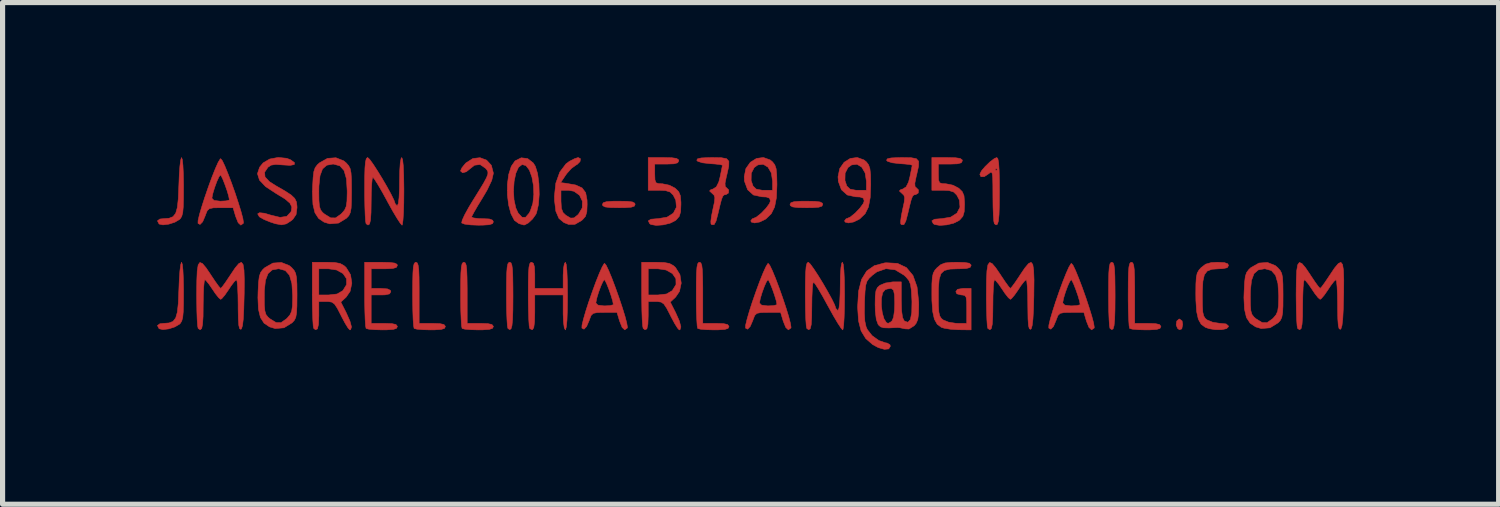
<source format=kicad_pcb>
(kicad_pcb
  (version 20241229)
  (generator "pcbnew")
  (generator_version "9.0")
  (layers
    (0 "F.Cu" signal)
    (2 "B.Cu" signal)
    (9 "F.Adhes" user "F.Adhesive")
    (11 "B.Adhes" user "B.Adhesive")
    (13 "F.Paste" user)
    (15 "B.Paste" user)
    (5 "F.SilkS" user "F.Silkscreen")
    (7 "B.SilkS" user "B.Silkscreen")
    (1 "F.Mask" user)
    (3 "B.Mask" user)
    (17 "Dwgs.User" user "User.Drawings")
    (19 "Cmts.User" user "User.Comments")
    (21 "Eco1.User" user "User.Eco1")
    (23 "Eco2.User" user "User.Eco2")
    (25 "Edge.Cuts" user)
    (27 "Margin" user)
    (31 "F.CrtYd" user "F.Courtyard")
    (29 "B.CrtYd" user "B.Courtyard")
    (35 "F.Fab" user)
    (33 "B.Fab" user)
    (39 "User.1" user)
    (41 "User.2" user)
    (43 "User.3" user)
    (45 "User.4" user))
  (footprint "info_2mm3_comp"
    (layer "F.Cu")
    (at 11.519 1.87)
    (property "Reference" "info_2mm3_comp" (at 0 0 0) (layer "F.Mask") (effects (font (size 1.524 1.524) (thickness 0.3))))
    (attr through_hole)
    (fp_poly (pts (xy 8.37 1.307) (xy 8.382 1.376) (xy 8.364 1.463) (xy 8.318 1.478) (xy 8.283 1.453) (xy 8.255 1.385) (xy 8.267 1.31) (xy 8.312 1.27) (xy 8.319 1.27) (xy 8.37 1.307)) (stroke (width 0.01) (type solid)) (fill yes) (layer "F.Cu"))
    (fp_poly (pts (xy -2.394 -1.013) (xy -2.295 -1.001) (xy -2.251 -0.977) (xy -2.244 -0.953) (xy -2.26 -0.919) (xy -2.32 -0.899) (xy -2.439 -0.89) (xy -2.561 -0.889) (xy -2.729 -0.892) (xy -2.827 -0.904) (xy -2.871 -0.928) (xy -2.879 -0.953) (xy -2.862 -0.986) (xy -2.802 -1.006) (xy -2.683 -1.015) (xy -2.561 -1.016) (xy -2.394 -1.013)) (stroke (width 0.01) (type solid)) (fill yes) (layer "F.Cu"))
    (fp_poly (pts (xy 1.247 -1.013) (xy 1.345 -1.001) (xy 1.39 -0.977) (xy 1.397 -0.953) (xy 1.38 -0.919) (xy 1.32 -0.899) (xy 1.201 -0.89) (xy 1.079 -0.889) (xy 0.912 -0.892) (xy 0.814 -0.904) (xy 0.769 -0.928) (xy 0.762 -0.953) (xy 0.779 -0.986) (xy 0.839 -1.006) (xy 0.958 -1.015) (xy 1.079 -1.016) (xy 1.247 -1.013)) (stroke (width 0.01) (type solid)) (fill yes) (layer "F.Cu"))
    (fp_poly (pts (xy -4.653 0.181) (xy -4.636 0.223) (xy -4.624 0.306) (xy -4.618 0.444) (xy -4.615 0.647) (xy -4.614 0.826) (xy -4.616 1.09) (xy -4.622 1.278) (xy -4.634 1.4) (xy -4.653 1.463) (xy -4.68 1.476) (xy -4.713 1.453) (xy -4.723 1.403) (xy -4.731 1.284) (xy -4.738 1.111) (xy -4.741 0.901) (xy -4.741 0.797) (xy -4.74 0.55) (xy -4.736 0.376) (xy -4.727 0.263) (xy -4.713 0.199) (xy -4.692 0.172) (xy -4.678 0.169) (xy -4.653 0.181)) (stroke (width 0.01) (type solid)) (fill yes) (layer "F.Cu"))
    (fp_poly (pts (xy 7.031 0.181) (xy 7.048 0.223) (xy 7.06 0.306) (xy 7.066 0.444) (xy 7.069 0.647) (xy 7.07 0.826) (xy 7.068 1.09) (xy 7.062 1.278) (xy 7.05 1.4) (xy 7.031 1.463) (xy 7.004 1.476) (xy 6.971 1.453) (xy 6.961 1.403) (xy 6.953 1.284) (xy 6.946 1.111) (xy 6.943 0.901) (xy 6.943 0.797) (xy 6.944 0.55) (xy 6.948 0.376) (xy 6.957 0.263) (xy 6.971 0.199) (xy 6.992 0.172) (xy 7.006 0.169) (xy 7.031 0.181)) (stroke (width 0.01) (type solid)) (fill yes) (layer "F.Cu"))
    (fp_poly (pts (xy -11.031 -1.823) (xy -11.019 -1.713) (xy -11.011 -1.549) (xy -11.007 -1.344) (xy -11.007 -1.298) (xy -11.008 -1.065) (xy -11.013 -0.901) (xy -11.023 -0.792) (xy -11.042 -0.723) (xy -11.069 -0.678) (xy -11.086 -0.661) (xy -11.176 -0.608) (xy -11.294 -0.57) (xy -11.407 -0.556) (xy -11.48 -0.572) (xy -11.483 -0.575) (xy -11.514 -0.635) (xy -11.466 -0.67) (xy -11.396 -0.677) (xy -11.289 -0.685) (xy -11.212 -0.715) (xy -11.16 -0.781) (xy -11.128 -0.893) (xy -11.109 -1.065) (xy -11.099 -1.309) (xy -11.098 -1.33) (xy -11.09 -1.531) (xy -11.078 -1.698) (xy -11.063 -1.813) (xy -11.047 -1.862) (xy -11.046 -1.863) (xy -11.031 -1.823)) (stroke (width 0.01) (type solid)) (fill yes) (layer "F.Cu"))
    (fp_poly (pts (xy -11.031 0.209) (xy -11.019 0.319) (xy -11.011 0.483) (xy -11.007 0.688) (xy -11.007 0.734) (xy -11.008 0.967) (xy -11.013 1.131) (xy -11.023 1.24) (xy -11.042 1.309) (xy -11.069 1.354) (xy -11.086 1.371) (xy -11.176 1.424) (xy -11.294 1.462) (xy -11.407 1.476) (xy -11.48 1.46) (xy -11.483 1.457) (xy -11.514 1.397) (xy -11.466 1.362) (xy -11.396 1.355) (xy -11.289 1.347) (xy -11.212 1.317) (xy -11.16 1.251) (xy -11.128 1.139) (xy -11.109 0.967) (xy -11.099 0.723) (xy -11.098 0.702) (xy -11.09 0.501) (xy -11.078 0.334) (xy -11.063 0.219) (xy -11.047 0.17) (xy -11.046 0.169) (xy -11.031 0.209)) (stroke (width 0.01) (type solid)) (fill yes) (layer "F.Cu"))
    (fp_poly (pts (xy -6.473 0.181) (xy -6.455 0.225) (xy -6.443 0.312) (xy -6.437 0.456) (xy -6.435 0.668) (xy -6.435 0.762) (xy -6.435 1.355) (xy -6.181 1.355) (xy -6.033 1.36) (xy -5.954 1.377) (xy -5.927 1.411) (xy -5.927 1.418) (xy -5.944 1.453) (xy -6.008 1.473) (xy -6.133 1.481) (xy -6.216 1.482) (xy -6.365 1.478) (xy -6.479 1.468) (xy -6.533 1.454) (xy -6.533 1.453) (xy -6.543 1.403) (xy -6.552 1.284) (xy -6.558 1.111) (xy -6.561 0.901) (xy -6.562 0.797) (xy -6.56 0.55) (xy -6.556 0.376) (xy -6.548 0.263) (xy -6.533 0.199) (xy -6.512 0.172) (xy -6.498 0.169) (xy -6.473 0.181)) (stroke (width 0.01) (type solid)) (fill yes) (layer "F.Cu"))
    (fp_poly (pts (xy -5.541 0.181) (xy -5.523 0.225) (xy -5.512 0.312) (xy -5.506 0.456) (xy -5.503 0.668) (xy -5.503 0.762) (xy -5.503 1.355) (xy -5.249 1.355) (xy -5.102 1.36) (xy -5.023 1.377) (xy -4.996 1.411) (xy -4.995 1.418) (xy -5.013 1.453) (xy -5.077 1.473) (xy -5.202 1.481) (xy -5.285 1.482) (xy -5.434 1.478) (xy -5.548 1.468) (xy -5.602 1.454) (xy -5.602 1.453) (xy -5.612 1.403) (xy -5.62 1.284) (xy -5.627 1.111) (xy -5.63 0.901) (xy -5.63 0.797) (xy -5.629 0.55) (xy -5.625 0.376) (xy -5.616 0.263) (xy -5.602 0.199) (xy -5.581 0.172) (xy -5.567 0.169) (xy -5.541 0.181)) (stroke (width 0.01) (type solid)) (fill yes) (layer "F.Cu"))
    (fp_poly (pts (xy -0.969 0.181) (xy -0.951 0.225) (xy -0.94 0.312) (xy -0.934 0.456) (xy -0.931 0.668) (xy -0.931 0.762) (xy -0.931 1.355) (xy -0.677 1.355) (xy -0.53 1.36) (xy -0.451 1.377) (xy -0.424 1.411) (xy -0.423 1.418) (xy -0.441 1.453) (xy -0.505 1.473) (xy -0.63 1.481) (xy -0.713 1.482) (xy -0.862 1.478) (xy -0.976 1.468) (xy -1.03 1.454) (xy -1.03 1.453) (xy -1.04 1.403) (xy -1.048 1.284) (xy -1.055 1.111) (xy -1.058 0.901) (xy -1.058 0.797) (xy -1.057 0.55) (xy -1.053 0.376) (xy -1.044 0.263) (xy -1.03 0.199) (xy -1.009 0.172) (xy -0.995 0.169) (xy -0.969 0.181)) (stroke (width 0.01) (type solid)) (fill yes) (layer "F.Cu"))
    (fp_poly (pts (xy 7.413 0.181) (xy 7.431 0.225) (xy 7.442 0.312) (xy 7.448 0.456) (xy 7.451 0.668) (xy 7.451 0.762) (xy 7.451 1.355) (xy 7.705 1.355) (xy 7.852 1.36) (xy 7.931 1.377) (xy 7.958 1.411) (xy 7.959 1.418) (xy 7.941 1.453) (xy 7.877 1.473) (xy 7.752 1.481) (xy 7.669 1.482) (xy 7.52 1.478) (xy 7.406 1.468) (xy 7.352 1.454) (xy 7.352 1.453) (xy 7.342 1.403) (xy 7.334 1.284) (xy 7.327 1.111) (xy 7.324 0.901) (xy 7.324 0.797) (xy 7.325 0.55) (xy 7.329 0.376) (xy 7.338 0.263) (xy 7.352 0.199) (xy 7.373 0.172) (xy 7.387 0.169) (xy 7.413 0.181)) (stroke (width 0.01) (type solid)) (fill yes) (layer "F.Cu"))
    (fp_poly (pts (xy 4.796 -1.838) (xy 4.811 -1.757) (xy 4.82 -1.614) (xy 4.825 -1.399) (xy 4.826 -1.206) (xy 4.824 -0.942) (xy 4.818 -0.754) (xy 4.806 -0.632) (xy 4.787 -0.569) (xy 4.76 -0.556) (xy 4.727 -0.579) (xy 4.716 -0.63) (xy 4.707 -0.748) (xy 4.701 -0.915) (xy 4.699 -1.114) (xy 4.698 -1.327) (xy 4.695 -1.468) (xy 4.687 -1.548) (xy 4.672 -1.579) (xy 4.648 -1.574) (xy 4.622 -1.552) (xy 4.532 -1.492) (xy 4.467 -1.49) (xy 4.445 -1.537) (xy 4.475 -1.601) (xy 4.499 -1.63) (xy 4.741 -1.63) (xy 4.763 -1.609) (xy 4.784 -1.63) (xy 4.763 -1.651) (xy 4.741 -1.63) (xy 4.499 -1.63) (xy 4.549 -1.689) (xy 4.642 -1.779) (xy 4.728 -1.844) (xy 4.775 -1.863) (xy 4.796 -1.838)) (stroke (width 0.01) (type solid)) (fill yes) (layer "F.Cu"))
    (fp_poly (pts (xy -7.008 0.173) (xy -6.91 0.185) (xy -6.865 0.208) (xy -6.858 0.233) (xy -6.878 0.27) (xy -6.947 0.29) (xy -7.081 0.296) (xy -7.112 0.296) (xy -7.366 0.296) (xy -7.366 0.677) (xy -7.176 0.677) (xy -7.05 0.686) (xy -6.993 0.714) (xy -6.985 0.741) (xy -7.01 0.783) (xy -7.095 0.802) (xy -7.176 0.804) (xy -7.366 0.804) (xy -7.366 1.355) (xy -7.112 1.355) (xy -6.965 1.36) (xy -6.885 1.377) (xy -6.859 1.411) (xy -6.858 1.418) (xy -6.876 1.453) (xy -6.939 1.473) (xy -7.064 1.481) (xy -7.147 1.482) (xy -7.297 1.478) (xy -7.411 1.468) (xy -7.465 1.454) (xy -7.465 1.453) (xy -7.475 1.403) (xy -7.483 1.284) (xy -7.489 1.111) (xy -7.493 0.901) (xy -7.493 0.797) (xy -7.493 0.169) (xy -7.176 0.169) (xy -7.008 0.173)) (stroke (width 0.01) (type solid)) (fill yes) (layer "F.Cu"))
    (fp_poly (pts (xy 9.191 0.176) (xy 9.257 0.199) (xy 9.271 0.233) (xy 9.246 0.275) (xy 9.16 0.294) (xy 9.084 0.296) (xy 8.95 0.305) (xy 8.859 0.339) (xy 8.803 0.412) (xy 8.774 0.538) (xy 8.764 0.729) (xy 8.763 0.826) (xy 8.765 1.014) (xy 8.772 1.137) (xy 8.79 1.212) (xy 8.821 1.26) (xy 8.857 1.289) (xy 8.963 1.333) (xy 9.097 1.354) (xy 9.111 1.355) (xy 9.225 1.366) (xy 9.269 1.405) (xy 9.271 1.418) (xy 9.234 1.457) (xy 9.141 1.477) (xy 9.019 1.478) (xy 8.895 1.458) (xy 8.821 1.432) (xy 8.74 1.372) (xy 8.685 1.274) (xy 8.652 1.125) (xy 8.638 0.913) (xy 8.636 0.779) (xy 8.638 0.589) (xy 8.646 0.462) (xy 8.664 0.379) (xy 8.698 0.32) (xy 8.74 0.273) (xy 8.828 0.206) (xy 8.937 0.175) (xy 9.057 0.169) (xy 9.191 0.176)) (stroke (width 0.01) (type solid)) (fill yes) (layer "F.Cu"))
    (fp_poly (pts (xy -3.581 0.21) (xy -3.568 0.329) (xy -3.56 0.519) (xy -3.556 0.772) (xy -3.556 0.826) (xy -3.559 1.09) (xy -3.566 1.292) (xy -3.579 1.424) (xy -3.595 1.48) (xy -3.598 1.482) (xy -3.619 1.442) (xy -3.634 1.334) (xy -3.641 1.173) (xy -3.641 1.143) (xy -3.641 0.804) (xy -4.191 0.804) (xy -4.191 1.143) (xy -4.196 1.329) (xy -4.211 1.439) (xy -4.24 1.48) (xy -4.284 1.459) (xy -4.29 1.453) (xy -4.3 1.403) (xy -4.308 1.284) (xy -4.314 1.111) (xy -4.318 0.901) (xy -4.318 0.797) (xy -4.317 0.55) (xy -4.313 0.376) (xy -4.304 0.263) (xy -4.29 0.199) (xy -4.269 0.172) (xy -4.255 0.169) (xy -4.218 0.189) (xy -4.198 0.258) (xy -4.191 0.393) (xy -4.191 0.423) (xy -4.191 0.677) (xy -3.641 0.677) (xy -3.641 0.423) (xy -3.634 0.288) (xy -3.617 0.196) (xy -3.598 0.169) (xy -3.581 0.21)) (stroke (width 0.01) (type solid)) (fill yes) (layer "F.Cu"))
    (fp_poly (pts (xy -1.532 -1.859) (xy -1.44 -1.846) (xy -1.401 -1.819) (xy -1.397 -1.799) (xy -1.418 -1.761) (xy -1.491 -1.741) (xy -1.63 -1.736) (xy -1.863 -1.736) (xy -1.863 -1.545) (xy -1.859 -1.428) (xy -1.838 -1.373) (xy -1.781 -1.356) (xy -1.72 -1.355) (xy -1.578 -1.326) (xy -1.466 -1.267) (xy -1.399 -1.201) (xy -1.366 -1.122) (xy -1.355 -0.997) (xy -1.355 -0.953) (xy -1.361 -0.811) (xy -1.387 -0.722) (xy -1.444 -0.656) (xy -1.466 -0.638) (xy -1.567 -0.588) (xy -1.7 -0.556) (xy -1.834 -0.546) (xy -1.936 -0.563) (xy -1.961 -0.579) (xy -1.989 -0.634) (xy -1.937 -0.666) (xy -1.805 -0.677) (xy -1.799 -0.677) (xy -1.624 -0.706) (xy -1.502 -0.784) (xy -1.443 -0.899) (xy -1.455 -1.036) (xy -1.505 -1.134) (xy -1.566 -1.194) (xy -1.656 -1.222) (xy -1.78 -1.228) (xy -1.99 -1.228) (xy -1.99 -1.863) (xy -1.693 -1.863) (xy -1.532 -1.859)) (stroke (width 0.01) (type solid)) (fill yes) (layer "F.Cu"))
    (fp_poly (pts (xy 3.971 -1.859) (xy 4.063 -1.846) (xy 4.102 -1.819) (xy 4.106 -1.799) (xy 4.085 -1.761) (xy 4.012 -1.741) (xy 3.873 -1.736) (xy 3.641 -1.736) (xy 3.641 -1.545) (xy 3.644 -1.428) (xy 3.665 -1.373) (xy 3.722 -1.356) (xy 3.783 -1.355) (xy 3.925 -1.326) (xy 4.037 -1.267) (xy 4.104 -1.201) (xy 4.138 -1.122) (xy 4.148 -0.997) (xy 4.149 -0.953) (xy 4.142 -0.811) (xy 4.116 -0.722) (xy 4.059 -0.656) (xy 4.037 -0.638) (xy 3.936 -0.588) (xy 3.803 -0.556) (xy 3.669 -0.546) (xy 3.568 -0.563) (xy 3.542 -0.579) (xy 3.514 -0.634) (xy 3.566 -0.666) (xy 3.698 -0.677) (xy 3.704 -0.677) (xy 3.879 -0.706) (xy 4.001 -0.784) (xy 4.06 -0.899) (xy 4.049 -1.036) (xy 3.998 -1.134) (xy 3.937 -1.194) (xy 3.847 -1.222) (xy 3.723 -1.228) (xy 3.514 -1.228) (xy 3.514 -1.863) (xy 3.81 -1.863) (xy 3.971 -1.859)) (stroke (width 0.01) (type solid)) (fill yes) (layer "F.Cu"))
    (fp_poly (pts (xy -4.33 -1.843) (xy -4.221 -1.758) (xy -4.18 -1.693) (xy -4.136 -1.55) (xy -4.111 -1.358) (xy -4.105 -1.148) (xy -4.12 -0.95) (xy -4.156 -0.795) (xy -4.17 -0.761) (xy -4.235 -0.67) (xy -4.317 -0.593) (xy -4.389 -0.555) (xy -4.41 -0.555) (xy -4.457 -0.569) (xy -4.498 -0.58) (xy -4.586 -0.643) (xy -4.653 -0.77) (xy -4.699 -0.942) (xy -4.723 -1.139) (xy -4.723 -1.222) (xy -4.604 -1.222) (xy -4.594 -1.043) (xy -4.559 -0.883) (xy -4.514 -0.786) (xy -4.439 -0.704) (xy -4.371 -0.702) (xy -4.301 -0.783) (xy -4.277 -0.829) (xy -4.229 -0.973) (xy -4.21 -1.143) (xy -4.217 -1.319) (xy -4.247 -1.484) (xy -4.296 -1.619) (xy -4.362 -1.706) (xy -4.437 -1.727) (xy -4.507 -1.674) (xy -4.559 -1.558) (xy -4.592 -1.401) (xy -4.604 -1.222) (xy -4.723 -1.222) (xy -4.723 -1.342) (xy -4.698 -1.533) (xy -4.647 -1.693) (xy -4.574 -1.798) (xy -4.454 -1.858) (xy -4.33 -1.843)) (stroke (width 0.01) (type solid)) (fill yes) (layer "F.Cu"))
    (fp_poly (pts (xy -5.127 -1.813) (xy -5.034 -1.713) (xy -4.996 -1.566) (xy -4.995 -1.555) (xy -5.026 -1.421) (xy -5.117 -1.23) (xy -5.206 -1.079) (xy -5.298 -0.929) (xy -5.369 -0.806) (xy -5.411 -0.727) (xy -5.418 -0.709) (xy -5.38 -0.691) (xy -5.283 -0.679) (xy -5.207 -0.677) (xy -5.074 -0.671) (xy -5.009 -0.647) (xy -4.995 -0.614) (xy -5.013 -0.579) (xy -5.076 -0.559) (xy -5.2 -0.551) (xy -5.289 -0.55) (xy -5.439 -0.556) (xy -5.554 -0.571) (xy -5.609 -0.593) (xy -5.61 -0.594) (xy -5.6 -0.646) (xy -5.552 -0.751) (xy -5.474 -0.893) (xy -5.406 -1.006) (xy -5.275 -1.217) (xy -5.184 -1.367) (xy -5.128 -1.471) (xy -5.102 -1.54) (xy -5.101 -1.587) (xy -5.121 -1.624) (xy -5.147 -1.655) (xy -5.253 -1.727) (xy -5.361 -1.714) (xy -5.44 -1.651) (xy -5.52 -1.587) (xy -5.591 -1.567) (xy -5.629 -1.598) (xy -5.63 -1.611) (xy -5.603 -1.668) (xy -5.536 -1.749) (xy -5.526 -1.759) (xy -5.393 -1.844) (xy -5.254 -1.86) (xy -5.127 -1.813)) (stroke (width 0.01) (type solid)) (fill yes) (layer "F.Cu"))
    (fp_poly (pts (xy -0.573 -1.86) (xy -0.47 -1.841) (xy -0.425 -1.791) (xy -0.427 -1.693) (xy -0.463 -1.532) (xy -0.473 -1.492) (xy -0.499 -1.365) (xy -0.495 -1.299) (xy -0.473 -1.279) (xy -0.428 -1.234) (xy -0.433 -1.174) (xy -0.482 -1.143) (xy -0.484 -1.143) (xy -0.517 -1.138) (xy -0.543 -1.112) (xy -0.568 -1.049) (xy -0.598 -0.934) (xy -0.636 -0.773) (xy -0.674 -0.629) (xy -0.711 -0.561) (xy -0.753 -0.559) (xy -0.772 -0.574) (xy -0.775 -0.625) (xy -0.761 -0.732) (xy -0.736 -0.855) (xy -0.705 -0.998) (xy -0.697 -1.082) (xy -0.712 -1.132) (xy -0.751 -1.169) (xy -0.8 -1.214) (xy -0.775 -1.239) (xy -0.733 -1.252) (xy -0.668 -1.294) (xy -0.621 -1.387) (xy -0.595 -1.488) (xy -0.57 -1.611) (xy -0.553 -1.695) (xy -0.55 -1.714) (xy -0.589 -1.726) (xy -0.688 -1.737) (xy -0.79 -1.744) (xy -0.938 -1.761) (xy -1.029 -1.79) (xy -1.048 -1.81) (xy -1.033 -1.838) (xy -0.96 -1.855) (xy -0.816 -1.862) (xy -0.744 -1.863) (xy -0.573 -1.86)) (stroke (width 0.01) (type solid)) (fill yes) (layer "F.Cu"))
    (fp_poly (pts (xy 3.11 -1.86) (xy 3.213 -1.841) (xy 3.258 -1.791) (xy 3.256 -1.693) (xy 3.22 -1.532) (xy 3.21 -1.492) (xy 3.184 -1.365) (xy 3.188 -1.299) (xy 3.21 -1.279) (xy 3.255 -1.234) (xy 3.25 -1.174) (xy 3.201 -1.143) (xy 3.199 -1.143) (xy 3.166 -1.138) (xy 3.14 -1.112) (xy 3.115 -1.049) (xy 3.085 -0.934) (xy 3.047 -0.773) (xy 3.009 -0.629) (xy 2.972 -0.561) (xy 2.93 -0.559) (xy 2.911 -0.574) (xy 2.908 -0.625) (xy 2.922 -0.732) (xy 2.947 -0.855) (xy 2.978 -0.998) (xy 2.986 -1.082) (xy 2.971 -1.132) (xy 2.932 -1.169) (xy 2.883 -1.214) (xy 2.908 -1.239) (xy 2.95 -1.252) (xy 3.015 -1.294) (xy 3.062 -1.387) (xy 3.088 -1.488) (xy 3.113 -1.611) (xy 3.13 -1.695) (xy 3.133 -1.714) (xy 3.094 -1.726) (xy 2.995 -1.737) (xy 2.893 -1.744) (xy 2.745 -1.761) (xy 2.654 -1.79) (xy 2.635 -1.81) (xy 2.65 -1.838) (xy 2.723 -1.855) (xy 2.867 -1.862) (xy 2.939 -1.863) (xy 3.11 -1.86)) (stroke (width 0.01) (type solid)) (fill yes) (layer "F.Cu"))
    (fp_poly (pts (xy -9.004 -1.848) (xy -8.93 -1.819) (xy -8.854 -1.764) (xy -8.858 -1.727) (xy -8.935 -1.711) (xy -9.073 -1.719) (xy -9.218 -1.729) (xy -9.309 -1.715) (xy -9.369 -1.674) (xy -9.434 -1.578) (xy -9.426 -1.487) (xy -9.339 -1.394) (xy -9.218 -1.317) (xy -9.037 -1.213) (xy -8.918 -1.135) (xy -8.849 -1.069) (xy -8.816 -1.001) (xy -8.806 -0.92) (xy -8.805 -0.89) (xy -8.823 -0.757) (xy -8.886 -0.664) (xy -8.917 -0.638) (xy -9.013 -0.576) (xy -9.106 -0.557) (xy -9.227 -0.579) (xy -9.329 -0.613) (xy -9.444 -0.66) (xy -9.526 -0.706) (xy -9.538 -0.716) (xy -9.569 -0.77) (xy -9.532 -0.792) (xy -9.436 -0.782) (xy -9.315 -0.746) (xy -9.133 -0.702) (xy -9.004 -0.722) (xy -8.925 -0.807) (xy -8.917 -0.824) (xy -8.906 -0.903) (xy -8.943 -0.978) (xy -9.039 -1.06) (xy -9.203 -1.16) (xy -9.211 -1.165) (xy -9.414 -1.298) (xy -9.534 -1.425) (xy -9.573 -1.55) (xy -9.531 -1.676) (xy -9.463 -1.759) (xy -9.336 -1.834) (xy -9.17 -1.865) (xy -9.004 -1.848)) (stroke (width 0.01) (type solid)) (fill yes) (layer "F.Cu"))
    (fp_poly (pts (xy -3.304 -1.839) (xy -3.313 -1.785) (xy -3.368 -1.729) (xy -3.396 -1.714) (xy -3.48 -1.652) (xy -3.57 -1.552) (xy -3.59 -1.524) (xy -3.69 -1.376) (xy -3.591 -1.364) (xy -3.397 -1.33) (xy -3.273 -1.273) (xy -3.204 -1.181) (xy -3.177 -1.038) (xy -3.175 -0.953) (xy -3.181 -0.811) (xy -3.207 -0.722) (xy -3.265 -0.656) (xy -3.287 -0.638) (xy -3.413 -0.566) (xy -3.535 -0.565) (xy -3.625 -0.6) (xy -3.723 -0.682) (xy -3.783 -0.822) (xy -3.808 -1.029) (xy -3.81 -1.11) (xy -3.798 -1.228) (xy -3.683 -1.228) (xy -3.683 -1.018) (xy -3.675 -0.879) (xy -3.643 -0.795) (xy -3.589 -0.743) (xy -3.496 -0.688) (xy -3.429 -0.692) (xy -3.35 -0.756) (xy -3.344 -0.762) (xy -3.271 -0.885) (xy -3.267 -1.015) (xy -3.323 -1.131) (xy -3.43 -1.208) (xy -3.537 -1.228) (xy -3.683 -1.228) (xy -3.798 -1.228) (xy -3.783 -1.366) (xy -3.706 -1.581) (xy -3.586 -1.74) (xy -3.519 -1.79) (xy -3.421 -1.84) (xy -3.351 -1.863) (xy -3.348 -1.863) (xy -3.304 -1.839)) (stroke (width 0.01) (type solid)) (fill yes) (layer "F.Cu"))
    (fp_poly (pts (xy -8.072 0.174) (xy -7.969 0.193) (xy -7.894 0.234) (xy -7.851 0.273) (xy -7.767 0.41) (xy -7.741 0.574) (xy -7.775 0.734) (xy -7.851 0.845) (xy -7.955 0.942) (xy -7.851 1.147) (xy -7.778 1.311) (xy -7.748 1.424) (xy -7.765 1.478) (xy -7.78 1.482) (xy -7.814 1.446) (xy -7.871 1.354) (xy -7.941 1.223) (xy -7.949 1.206) (xy -8.022 1.064) (xy -8.077 0.981) (xy -8.13 0.943) (xy -8.199 0.932) (xy -8.233 0.931) (xy -8.382 0.931) (xy -8.382 1.206) (xy -8.388 1.373) (xy -8.409 1.462) (xy -8.446 1.479) (xy -8.481 1.453) (xy -8.491 1.403) (xy -8.499 1.284) (xy -8.505 1.111) (xy -8.509 0.901) (xy -8.509 0.797) (xy -8.509 0.296) (xy -8.382 0.296) (xy -8.382 0.804) (xy -8.191 0.804) (xy -8.028 0.785) (xy -7.919 0.722) (xy -7.916 0.72) (xy -7.844 0.603) (xy -7.845 0.488) (xy -7.912 0.389) (xy -8.035 0.32) (xy -8.193 0.296) (xy -8.382 0.296) (xy -8.509 0.296) (xy -8.509 0.169) (xy -8.232 0.169) (xy -8.072 0.174)) (stroke (width 0.01) (type solid)) (fill yes) (layer "F.Cu"))
    (fp_poly (pts (xy -1.68 0.174) (xy -1.577 0.193) (xy -1.502 0.234) (xy -1.459 0.273) (xy -1.374 0.41) (xy -1.349 0.574) (xy -1.383 0.734) (xy -1.458 0.845) (xy -1.562 0.942) (xy -1.458 1.147) (xy -1.385 1.311) (xy -1.356 1.424) (xy -1.373 1.478) (xy -1.388 1.482) (xy -1.421 1.446) (xy -1.479 1.354) (xy -1.549 1.223) (xy -1.557 1.206) (xy -1.63 1.064) (xy -1.685 0.981) (xy -1.738 0.943) (xy -1.807 0.932) (xy -1.841 0.931) (xy -1.99 0.931) (xy -1.99 1.206) (xy -1.996 1.373) (xy -2.016 1.462) (xy -2.053 1.479) (xy -2.088 1.453) (xy -2.098 1.403) (xy -2.107 1.284) (xy -2.113 1.111) (xy -2.116 0.901) (xy -2.117 0.797) (xy -2.117 0.296) (xy -1.99 0.296) (xy -1.99 0.804) (xy -1.799 0.804) (xy -1.636 0.785) (xy -1.527 0.722) (xy -1.524 0.72) (xy -1.451 0.603) (xy -1.453 0.488) (xy -1.52 0.389) (xy -1.642 0.32) (xy -1.801 0.296) (xy -1.99 0.296) (xy -2.117 0.296) (xy -2.117 0.169) (xy -1.84 0.169) (xy -1.68 0.174)) (stroke (width 0.01) (type solid)) (fill yes) (layer "F.Cu"))
    (fp_poly (pts (xy 0.376 -1.817) (xy 0.423 -1.778) (xy 0.466 -1.722) (xy 0.492 -1.647) (xy 0.504 -1.53) (xy 0.508 -1.352) (xy 0.508 -1.331) (xy 0.498 -1.085) (xy 0.463 -0.904) (xy 0.399 -0.774) (xy 0.3 -0.677) (xy 0.279 -0.662) (xy 0.174 -0.612) (xy 0.076 -0.594) (xy 0.012 -0.61) (xy 0 -0.635) (xy 0.031 -0.676) (xy 0.041 -0.677) (xy 0.11 -0.708) (xy 0.204 -0.783) (xy 0.296 -0.879) (xy 0.363 -0.97) (xy 0.381 -1.02) (xy 0.365 -1.074) (xy 0.302 -1.097) (xy 0.215 -1.101) (xy 0.052 -1.136) (xy -0.061 -1.238) (xy -0.12 -1.398) (xy -0.122 -1.418) (xy 0.007 -1.418) (xy 0.044 -1.31) (xy 0.106 -1.25) (xy 0.222 -1.228) (xy 0.255 -1.228) (xy 0.423 -1.228) (xy 0.423 -1.404) (xy 0.399 -1.564) (xy 0.334 -1.676) (xy 0.242 -1.732) (xy 0.138 -1.72) (xy 0.067 -1.669) (xy 0.01 -1.559) (xy 0.007 -1.418) (xy -0.122 -1.418) (xy -0.127 -1.489) (xy -0.095 -1.648) (xy -0.009 -1.77) (xy 0.11 -1.845) (xy 0.244 -1.864) (xy 0.376 -1.817)) (stroke (width 0.01) (type solid)) (fill yes) (layer "F.Cu"))
    (fp_poly (pts (xy 2.196 -1.817) (xy 2.244 -1.778) (xy 2.286 -1.722) (xy 2.312 -1.647) (xy 2.325 -1.53) (xy 2.328 -1.352) (xy 2.328 -1.331) (xy 2.318 -1.085) (xy 2.284 -0.904) (xy 2.22 -0.774) (xy 2.12 -0.677) (xy 2.099 -0.662) (xy 1.994 -0.612) (xy 1.896 -0.594) (xy 1.832 -0.61) (xy 1.82 -0.635) (xy 1.851 -0.676) (xy 1.861 -0.677) (xy 1.931 -0.708) (xy 2.024 -0.783) (xy 2.116 -0.879) (xy 2.183 -0.97) (xy 2.201 -1.02) (xy 2.185 -1.074) (xy 2.122 -1.097) (xy 2.035 -1.101) (xy 1.873 -1.136) (xy 1.759 -1.238) (xy 1.7 -1.398) (xy 1.699 -1.418) (xy 1.828 -1.418) (xy 1.864 -1.31) (xy 1.927 -1.25) (xy 2.042 -1.228) (xy 2.076 -1.228) (xy 2.244 -1.228) (xy 2.244 -1.404) (xy 2.219 -1.564) (xy 2.154 -1.676) (xy 2.063 -1.732) (xy 1.958 -1.72) (xy 1.887 -1.669) (xy 1.831 -1.559) (xy 1.828 -1.418) (xy 1.699 -1.418) (xy 1.693 -1.489) (xy 1.726 -1.648) (xy 1.811 -1.77) (xy 1.93 -1.845) (xy 2.065 -1.864) (xy 2.196 -1.817)) (stroke (width 0.01) (type solid)) (fill yes) (layer "F.Cu"))
    (fp_poly (pts (xy -10.256 -1.804) (xy -10.207 -1.702) (xy -10.146 -1.552) (xy -10.077 -1.372) (xy -10.008 -1.178) (xy -9.945 -0.987) (xy -9.892 -0.816) (xy -9.856 -0.681) (xy -9.844 -0.6) (xy -9.846 -0.587) (xy -9.896 -0.551) (xy -9.947 -0.598) (xy -9.996 -0.72) (xy -10.046 -0.889) (xy -10.29 -0.889) (xy -10.428 -0.887) (xy -10.506 -0.871) (xy -10.548 -0.831) (xy -10.58 -0.752) (xy -10.583 -0.741) (xy -10.636 -0.616) (xy -10.687 -0.564) (xy -10.727 -0.586) (xy -10.725 -0.642) (xy -10.698 -0.758) (xy -10.651 -0.917) (xy -10.601 -1.072) (xy -10.456 -1.072) (xy -10.416 -1.031) (xy -10.297 -1.016) (xy -10.287 -1.016) (xy -10.181 -1.022) (xy -10.122 -1.038) (xy -10.118 -1.044) (xy -10.131 -1.113) (xy -10.163 -1.222) (xy -10.206 -1.343) (xy -10.248 -1.45) (xy -10.281 -1.515) (xy -10.291 -1.524) (xy -10.32 -1.488) (xy -10.361 -1.398) (xy -10.404 -1.281) (xy -10.439 -1.166) (xy -10.456 -1.081) (xy -10.456 -1.072) (xy -10.601 -1.072) (xy -10.591 -1.102) (xy -10.524 -1.297) (xy -10.455 -1.485) (xy -10.39 -1.648) (xy -10.335 -1.771) (xy -10.296 -1.835) (xy -10.287 -1.841) (xy -10.256 -1.804)) (stroke (width 0.01) (type solid)) (fill yes) (layer "F.Cu"))
    (fp_poly (pts (xy -2.806 0.228) (xy -2.757 0.33) (xy -2.695 0.48) (xy -2.627 0.66) (xy -2.558 0.854) (xy -2.494 1.045) (xy -2.441 1.216) (xy -2.406 1.351) (xy -2.393 1.432) (xy -2.396 1.445) (xy -2.445 1.481) (xy -2.496 1.434) (xy -2.545 1.312) (xy -2.596 1.143) (xy -2.84 1.143) (xy -2.978 1.145) (xy -3.056 1.161) (xy -3.098 1.201) (xy -3.129 1.28) (xy -3.132 1.291) (xy -3.186 1.416) (xy -3.236 1.468) (xy -3.277 1.446) (xy -3.275 1.39) (xy -3.247 1.274) (xy -3.201 1.115) (xy -3.151 0.96) (xy -3.006 0.96) (xy -2.966 1.001) (xy -2.846 1.016) (xy -2.836 1.016) (xy -2.73 1.01) (xy -2.671 0.994) (xy -2.667 0.988) (xy -2.68 0.919) (xy -2.713 0.81) (xy -2.755 0.689) (xy -2.798 0.582) (xy -2.831 0.517) (xy -2.84 0.508) (xy -2.869 0.544) (xy -2.91 0.634) (xy -2.953 0.751) (xy -2.988 0.866) (xy -3.005 0.951) (xy -3.006 0.96) (xy -3.151 0.96) (xy -3.141 0.93) (xy -3.073 0.735) (xy -3.004 0.547) (xy -2.939 0.384) (xy -2.884 0.261) (xy -2.846 0.197) (xy -2.836 0.191) (xy -2.806 0.228)) (stroke (width 0.01) (type solid)) (fill yes) (layer "F.Cu"))
    (fp_poly (pts (xy 0.369 0.228) (xy 0.418 0.33) (xy 0.48 0.48) (xy 0.548 0.66) (xy 0.617 0.854) (xy 0.681 1.045) (xy 0.734 1.216) (xy 0.769 1.351) (xy 0.782 1.432) (xy 0.779 1.445) (xy 0.73 1.481) (xy 0.679 1.434) (xy 0.63 1.312) (xy 0.579 1.143) (xy 0.335 1.143) (xy 0.197 1.145) (xy 0.119 1.161) (xy 0.077 1.201) (xy 0.046 1.28) (xy 0.043 1.291) (xy -0.011 1.416) (xy -0.061 1.468) (xy -0.102 1.446) (xy -0.1 1.39) (xy -0.072 1.274) (xy -0.026 1.115) (xy 0.024 0.96) (xy 0.169 0.96) (xy 0.209 1.001) (xy 0.329 1.016) (xy 0.339 1.016) (xy 0.445 1.01) (xy 0.504 0.994) (xy 0.508 0.988) (xy 0.495 0.919) (xy 0.462 0.81) (xy 0.42 0.689) (xy 0.377 0.582) (xy 0.344 0.517) (xy 0.335 0.508) (xy 0.306 0.544) (xy 0.265 0.634) (xy 0.222 0.751) (xy 0.187 0.866) (xy 0.17 0.951) (xy 0.169 0.96) (xy 0.024 0.96) (xy 0.034 0.93) (xy 0.102 0.735) (xy 0.171 0.547) (xy 0.236 0.384) (xy 0.291 0.261) (xy 0.329 0.197) (xy 0.339 0.191) (xy 0.369 0.228)) (stroke (width 0.01) (type solid)) (fill yes) (layer "F.Cu"))
    (fp_poly (pts (xy 4.154 0.174) (xy 4.24 0.188) (xy 4.273 0.218) (xy 4.276 0.233) (xy 4.256 0.27) (xy 4.186 0.29) (xy 4.051 0.296) (xy 4.025 0.296) (xy 3.865 0.302) (xy 3.757 0.329) (xy 3.691 0.391) (xy 3.656 0.501) (xy 3.642 0.673) (xy 3.641 0.826) (xy 3.642 1.014) (xy 3.65 1.137) (xy 3.668 1.212) (xy 3.699 1.26) (xy 3.735 1.289) (xy 3.837 1.331) (xy 3.974 1.353) (xy 4.01 1.355) (xy 4.191 1.355) (xy 4.191 1.079) (xy 4.189 0.932) (xy 4.179 0.849) (xy 4.152 0.813) (xy 4.102 0.804) (xy 4.085 0.804) (xy 4 0.782) (xy 3.979 0.741) (xy 4.011 0.694) (xy 4.114 0.677) (xy 4.128 0.677) (xy 4.276 0.677) (xy 4.276 1.482) (xy 4.032 1.479) (xy 3.881 1.47) (xy 3.753 1.449) (xy 3.698 1.432) (xy 3.618 1.372) (xy 3.563 1.274) (xy 3.53 1.125) (xy 3.515 0.913) (xy 3.514 0.779) (xy 3.515 0.589) (xy 3.523 0.462) (xy 3.542 0.379) (xy 3.575 0.32) (xy 3.618 0.273) (xy 3.688 0.215) (xy 3.77 0.183) (xy 3.892 0.171) (xy 3.999 0.169) (xy 4.154 0.174)) (stroke (width 0.01) (type solid)) (fill yes) (layer "F.Cu"))
    (fp_poly (pts (xy 6.254 0.228) (xy 6.303 0.33) (xy 6.364 0.48) (xy 6.433 0.66) (xy 6.502 0.854) (xy 6.565 1.045) (xy 6.618 1.216) (xy 6.654 1.351) (xy 6.666 1.432) (xy 6.664 1.445) (xy 6.614 1.481) (xy 6.563 1.434) (xy 6.514 1.312) (xy 6.464 1.143) (xy 6.22 1.143) (xy 6.082 1.145) (xy 6.004 1.161) (xy 5.962 1.201) (xy 5.93 1.28) (xy 5.927 1.291) (xy 5.874 1.416) (xy 5.823 1.468) (xy 5.783 1.446) (xy 5.785 1.39) (xy 5.812 1.274) (xy 5.859 1.115) (xy 5.909 0.96) (xy 6.054 0.96) (xy 6.094 1.001) (xy 6.213 1.016) (xy 6.223 1.016) (xy 6.329 1.01) (xy 6.388 0.994) (xy 6.392 0.988) (xy 6.379 0.919) (xy 6.347 0.81) (xy 6.304 0.689) (xy 6.262 0.582) (xy 6.229 0.517) (xy 6.219 0.508) (xy 6.19 0.544) (xy 6.149 0.634) (xy 6.106 0.751) (xy 6.071 0.866) (xy 6.054 0.951) (xy 6.054 0.96) (xy 5.909 0.96) (xy 5.919 0.93) (xy 5.986 0.735) (xy 6.055 0.547) (xy 6.12 0.384) (xy 6.175 0.261) (xy 6.214 0.197) (xy 6.223 0.191) (xy 6.254 0.228)) (stroke (width 0.01) (type solid)) (fill yes) (layer "F.Cu"))
    (fp_poly (pts (xy -8.957 0.233) (xy -8.909 0.273) (xy -8.862 0.326) (xy -8.832 0.384) (xy -8.815 0.467) (xy -8.807 0.593) (xy -8.805 0.783) (xy -8.805 0.816) (xy -8.807 1.017) (xy -8.814 1.151) (xy -8.829 1.238) (xy -8.857 1.296) (xy -8.9 1.343) (xy -8.901 1.344) (xy -9.058 1.441) (xy -9.228 1.456) (xy -9.338 1.423) (xy -9.445 1.351) (xy -9.515 1.242) (xy -9.554 1.081) (xy -9.564 0.857) (xy -9.563 0.822) (xy -9.44 0.822) (xy -9.439 0.999) (xy -9.429 1.112) (xy -9.408 1.183) (xy -9.368 1.234) (xy -9.329 1.267) (xy -9.212 1.339) (xy -9.116 1.341) (xy -9.014 1.27) (xy -8.994 1.251) (xy -8.941 1.188) (xy -8.909 1.118) (xy -8.894 1.015) (xy -8.89 0.856) (xy -8.89 0.814) (xy -8.905 0.582) (xy -8.951 0.422) (xy -9.032 0.33) (xy -9.152 0.297) (xy -9.167 0.296) (xy -9.287 0.318) (xy -9.368 0.39) (xy -9.418 0.522) (xy -9.439 0.722) (xy -9.44 0.822) (xy -9.563 0.822) (xy -9.561 0.739) (xy -9.552 0.559) (xy -9.537 0.442) (xy -9.511 0.366) (xy -9.468 0.309) (xy -9.427 0.272) (xy -9.273 0.185) (xy -9.109 0.173) (xy -8.957 0.233)) (stroke (width 0.01) (type solid)) (fill yes) (layer "F.Cu"))
    (fp_poly (pts (xy -7.899 -1.799) (xy -7.851 -1.759) (xy -7.804 -1.706) (xy -7.774 -1.648) (xy -7.757 -1.565) (xy -7.749 -1.439) (xy -7.747 -1.249) (xy -7.747 -1.216) (xy -7.749 -1.015) (xy -7.755 -0.881) (xy -7.771 -0.794) (xy -7.799 -0.736) (xy -7.842 -0.689) (xy -7.842 -0.688) (xy -7.999 -0.591) (xy -8.17 -0.576) (xy -8.28 -0.609) (xy -8.386 -0.681) (xy -8.457 -0.79) (xy -8.496 -0.951) (xy -8.506 -1.175) (xy -8.505 -1.21) (xy -8.382 -1.21) (xy -8.38 -1.033) (xy -8.371 -0.92) (xy -8.349 -0.849) (xy -8.31 -0.798) (xy -8.27 -0.765) (xy -8.153 -0.693) (xy -8.058 -0.691) (xy -7.956 -0.762) (xy -7.936 -0.781) (xy -7.882 -0.844) (xy -7.851 -0.914) (xy -7.836 -1.017) (xy -7.832 -1.176) (xy -7.832 -1.218) (xy -7.846 -1.45) (xy -7.892 -1.61) (xy -7.974 -1.702) (xy -8.094 -1.735) (xy -8.108 -1.736) (xy -8.228 -1.714) (xy -8.31 -1.642) (xy -8.359 -1.51) (xy -8.38 -1.31) (xy -8.382 -1.21) (xy -8.505 -1.21) (xy -8.503 -1.293) (xy -8.493 -1.473) (xy -8.479 -1.59) (xy -8.453 -1.666) (xy -8.41 -1.723) (xy -8.369 -1.76) (xy -8.214 -1.847) (xy -8.05 -1.859) (xy -7.899 -1.799)) (stroke (width 0.01) (type solid)) (fill yes) (layer "F.Cu"))
    (fp_poly (pts (xy 10.178 0.233) (xy 10.225 0.273) (xy 10.272 0.326) (xy 10.303 0.384) (xy 10.32 0.467) (xy 10.327 0.593) (xy 10.329 0.783) (xy 10.329 0.816) (xy 10.328 1.017) (xy 10.321 1.151) (xy 10.305 1.238) (xy 10.278 1.296) (xy 10.235 1.343) (xy 10.234 1.344) (xy 10.077 1.441) (xy 9.906 1.456) (xy 9.797 1.423) (xy 9.69 1.351) (xy 9.619 1.242) (xy 9.581 1.081) (xy 9.57 0.857) (xy 9.571 0.822) (xy 9.694 0.822) (xy 9.696 0.999) (xy 9.705 1.112) (xy 9.727 1.183) (xy 9.767 1.234) (xy 9.806 1.267) (xy 9.923 1.339) (xy 10.019 1.341) (xy 10.121 1.27) (xy 10.141 1.251) (xy 10.194 1.188) (xy 10.225 1.118) (xy 10.24 1.015) (xy 10.245 0.856) (xy 10.245 0.814) (xy 10.23 0.582) (xy 10.184 0.422) (xy 10.103 0.33) (xy 9.983 0.297) (xy 9.968 0.296) (xy 9.848 0.318) (xy 9.766 0.39) (xy 9.717 0.522) (xy 9.696 0.722) (xy 9.694 0.822) (xy 9.571 0.822) (xy 9.574 0.739) (xy 9.583 0.559) (xy 9.597 0.442) (xy 9.623 0.366) (xy 9.667 0.309) (xy 9.707 0.272) (xy 9.862 0.185) (xy 10.026 0.173) (xy 10.178 0.233)) (stroke (width 0.01) (type solid)) (fill yes) (layer "F.Cu"))
    (fp_poly (pts (xy -6.756 -1.822) (xy -6.743 -1.703) (xy -6.735 -1.513) (xy -6.731 -1.26) (xy -6.731 -1.206) (xy -6.733 -0.982) (xy -6.739 -0.79) (xy -6.749 -0.646) (xy -6.76 -0.564) (xy -6.767 -0.55) (xy -6.8 -0.586) (xy -6.863 -0.682) (xy -6.948 -0.824) (xy -7.045 -0.999) (xy -7.053 -1.015) (xy -7.15 -1.192) (xy -7.235 -1.338) (xy -7.299 -1.439) (xy -7.333 -1.48) (xy -7.334 -1.481) (xy -7.347 -1.442) (xy -7.357 -1.335) (xy -7.364 -1.178) (xy -7.366 -1.016) (xy -7.369 -0.795) (xy -7.379 -0.65) (xy -7.398 -0.573) (xy -7.428 -0.553) (xy -7.465 -0.579) (xy -7.475 -0.629) (xy -7.483 -0.748) (xy -7.489 -0.921) (xy -7.493 -1.131) (xy -7.493 -1.235) (xy -7.492 -1.484) (xy -7.487 -1.661) (xy -7.477 -1.775) (xy -7.462 -1.838) (xy -7.441 -1.862) (xy -7.434 -1.863) (xy -7.396 -1.828) (xy -7.329 -1.736) (xy -7.244 -1.605) (xy -7.15 -1.452) (xy -7.058 -1.294) (xy -6.979 -1.149) (xy -6.923 -1.034) (xy -6.9 -0.968) (xy -6.9 -0.966) (xy -6.868 -0.932) (xy -6.858 -0.931) (xy -6.839 -0.972) (xy -6.825 -1.086) (xy -6.817 -1.263) (xy -6.816 -1.397) (xy -6.812 -1.607) (xy -6.802 -1.761) (xy -6.785 -1.847) (xy -6.773 -1.863) (xy -6.756 -1.822)) (stroke (width 0.01) (type solid)) (fill yes) (layer "F.Cu"))
    (fp_poly (pts (xy 1.795 0.21) (xy 1.808 0.329) (xy 1.817 0.519) (xy 1.82 0.772) (xy 1.82 0.826) (xy 1.818 1.05) (xy 1.812 1.242) (xy 1.803 1.386) (xy 1.791 1.468) (xy 1.784 1.482) (xy 1.751 1.446) (xy 1.688 1.35) (xy 1.604 1.208) (xy 1.507 1.033) (xy 1.498 1.017) (xy 1.401 0.84) (xy 1.316 0.694) (xy 1.252 0.593) (xy 1.218 0.552) (xy 1.217 0.551) (xy 1.204 0.59) (xy 1.194 0.697) (xy 1.187 0.854) (xy 1.185 1.016) (xy 1.182 1.237) (xy 1.173 1.382) (xy 1.154 1.459) (xy 1.124 1.479) (xy 1.087 1.453) (xy 1.077 1.403) (xy 1.068 1.284) (xy 1.062 1.111) (xy 1.059 0.901) (xy 1.058 0.797) (xy 1.06 0.548) (xy 1.065 0.371) (xy 1.074 0.257) (xy 1.089 0.194) (xy 1.11 0.17) (xy 1.118 0.169) (xy 1.155 0.204) (xy 1.222 0.296) (xy 1.308 0.427) (xy 1.402 0.58) (xy 1.493 0.738) (xy 1.573 0.883) (xy 1.629 0.998) (xy 1.651 1.064) (xy 1.651 1.066) (xy 1.683 1.1) (xy 1.693 1.101) (xy 1.712 1.06) (xy 1.726 0.946) (xy 1.734 0.769) (xy 1.736 0.635) (xy 1.739 0.425) (xy 1.75 0.271) (xy 1.766 0.185) (xy 1.778 0.169) (xy 1.795 0.21)) (stroke (width 0.01) (type solid)) (fill yes) (layer "F.Cu"))
    (fp_poly (pts (xy -9.852 0.212) (xy -9.834 0.324) (xy -9.828 0.51) (xy -9.83 0.776) (xy -9.831 0.811) (xy -9.838 1.081) (xy -9.848 1.273) (xy -9.863 1.397) (xy -9.883 1.46) (xy -9.895 1.471) (xy -9.919 1.458) (xy -9.935 1.394) (xy -9.944 1.269) (xy -9.948 1.073) (xy -9.948 0.998) (xy -9.951 0.806) (xy -9.958 0.649) (xy -9.968 0.544) (xy -9.98 0.508) (xy -10.019 0.541) (xy -10.083 0.625) (xy -10.132 0.699) (xy -10.205 0.805) (xy -10.264 0.874) (xy -10.287 0.889) (xy -10.327 0.856) (xy -10.393 0.772) (xy -10.442 0.699) (xy -10.515 0.592) (xy -10.572 0.523) (xy -10.594 0.508) (xy -10.606 0.548) (xy -10.617 0.655) (xy -10.623 0.814) (xy -10.626 0.995) (xy -10.628 1.221) (xy -10.638 1.371) (xy -10.655 1.454) (xy -10.684 1.479) (xy -10.724 1.454) (xy -10.724 1.453) (xy -10.734 1.403) (xy -10.743 1.284) (xy -10.749 1.111) (xy -10.752 0.901) (xy -10.753 0.797) (xy -10.75 0.526) (xy -10.742 0.335) (xy -10.723 0.219) (xy -10.69 0.173) (xy -10.64 0.194) (xy -10.57 0.277) (xy -10.476 0.416) (xy -10.472 0.423) (xy -10.389 0.547) (xy -10.323 0.638) (xy -10.288 0.676) (xy -10.287 0.677) (xy -10.255 0.644) (xy -10.192 0.557) (xy -10.11 0.435) (xy -10.102 0.423) (xy -10.007 0.281) (xy -9.935 0.195) (xy -9.885 0.17) (xy -9.852 0.212)) (stroke (width 0.01) (type solid)) (fill yes) (layer "F.Cu"))
    (fp_poly (pts (xy 5.473 0.212) (xy 5.49 0.324) (xy 5.497 0.51) (xy 5.494 0.776) (xy 5.494 0.811) (xy 5.487 1.081) (xy 5.476 1.273) (xy 5.461 1.397) (xy 5.442 1.46) (xy 5.429 1.471) (xy 5.405 1.458) (xy 5.389 1.394) (xy 5.38 1.269) (xy 5.377 1.073) (xy 5.376 0.998) (xy 5.374 0.806) (xy 5.367 0.649) (xy 5.357 0.544) (xy 5.345 0.508) (xy 5.306 0.541) (xy 5.241 0.625) (xy 5.193 0.699) (xy 5.119 0.805) (xy 5.06 0.874) (xy 5.038 0.889) (xy 4.998 0.856) (xy 4.932 0.772) (xy 4.883 0.699) (xy 4.81 0.592) (xy 4.752 0.523) (xy 4.731 0.508) (xy 4.718 0.548) (xy 4.708 0.655) (xy 4.701 0.814) (xy 4.699 0.995) (xy 4.696 1.221) (xy 4.687 1.371) (xy 4.669 1.454) (xy 4.641 1.479) (xy 4.601 1.454) (xy 4.6 1.453) (xy 4.59 1.403) (xy 4.582 1.284) (xy 4.576 1.111) (xy 4.572 0.901) (xy 4.572 0.797) (xy 4.574 0.526) (xy 4.583 0.335) (xy 4.602 0.219) (xy 4.635 0.173) (xy 4.684 0.194) (xy 4.754 0.277) (xy 4.849 0.416) (xy 4.853 0.423) (xy 4.936 0.547) (xy 5.002 0.638) (xy 5.036 0.676) (xy 5.038 0.677) (xy 5.069 0.644) (xy 5.133 0.557) (xy 5.215 0.435) (xy 5.222 0.423) (xy 5.318 0.281) (xy 5.39 0.195) (xy 5.44 0.17) (xy 5.473 0.212)) (stroke (width 0.01) (type solid)) (fill yes) (layer "F.Cu"))
    (fp_poly (pts (xy 11.484 0.212) (xy 11.502 0.324) (xy 11.508 0.51) (xy 11.506 0.776) (xy 11.505 0.811) (xy 11.498 1.081) (xy 11.488 1.273) (xy 11.473 1.397) (xy 11.453 1.46) (xy 11.441 1.471) (xy 11.417 1.458) (xy 11.401 1.394) (xy 11.392 1.269) (xy 11.388 1.073) (xy 11.388 0.998) (xy 11.385 0.806) (xy 11.378 0.649) (xy 11.368 0.544) (xy 11.356 0.508) (xy 11.317 0.541) (xy 11.253 0.625) (xy 11.204 0.699) (xy 11.131 0.805) (xy 11.072 0.874) (xy 11.049 0.889) (xy 11.009 0.856) (xy 10.943 0.772) (xy 10.894 0.699) (xy 10.821 0.592) (xy 10.764 0.523) (xy 10.742 0.508) (xy 10.73 0.548) (xy 10.719 0.655) (xy 10.713 0.814) (xy 10.71 0.995) (xy 10.708 1.221) (xy 10.698 1.371) (xy 10.681 1.454) (xy 10.652 1.479) (xy 10.612 1.454) (xy 10.612 1.453) (xy 10.602 1.403) (xy 10.593 1.284) (xy 10.587 1.111) (xy 10.584 0.901) (xy 10.583 0.797) (xy 10.586 0.526) (xy 10.594 0.335) (xy 10.613 0.219) (xy 10.646 0.173) (xy 10.696 0.194) (xy 10.766 0.277) (xy 10.86 0.416) (xy 10.864 0.423) (xy 10.947 0.547) (xy 11.013 0.638) (xy 11.048 0.676) (xy 11.049 0.677) (xy 11.081 0.644) (xy 11.144 0.557) (xy 11.226 0.435) (xy 11.234 0.423) (xy 11.329 0.281) (xy 11.401 0.195) (xy 11.451 0.17) (xy 11.484 0.212)) (stroke (width 0.01) (type solid)) (fill yes) (layer "F.Cu"))
    (fp_poly (pts (xy 2.848 0.191) (xy 3.021 0.273) (xy 3.148 0.426) (xy 3.227 0.648) (xy 3.259 0.94) (xy 3.26 0.996) (xy 3.256 1.169) (xy 3.241 1.281) (xy 3.209 1.355) (xy 3.171 1.401) (xy 3.069 1.465) (xy 2.991 1.461) (xy 2.895 1.44) (xy 2.847 1.436) (xy 2.682 1.444) (xy 2.58 1.441) (xy 2.52 1.423) (xy 2.481 1.388) (xy 2.471 1.375) (xy 2.436 1.279) (xy 2.416 1.116) (xy 2.414 1.008) (xy 2.534 1.008) (xy 2.552 1.149) (xy 2.586 1.268) (xy 2.634 1.342) (xy 2.667 1.355) (xy 2.715 1.329) (xy 2.743 1.304) (xy 2.771 1.234) (xy 2.789 1.103) (xy 2.794 0.965) (xy 2.789 0.801) (xy 2.769 0.709) (xy 2.724 0.676) (xy 2.645 0.689) (xy 2.607 0.703) (xy 2.56 0.76) (xy 2.536 0.87) (xy 2.534 1.008) (xy 2.414 1.008) (xy 2.413 0.989) (xy 2.416 0.825) (xy 2.429 0.723) (xy 2.458 0.66) (xy 2.507 0.616) (xy 2.613 0.572) (xy 2.747 0.551) (xy 2.761 0.55) (xy 2.921 0.55) (xy 2.921 0.905) (xy 2.927 1.111) (xy 2.946 1.242) (xy 2.978 1.307) (xy 2.979 1.308) (xy 3.049 1.334) (xy 3.098 1.28) (xy 3.124 1.146) (xy 3.128 0.935) (xy 3.126 0.886) (xy 3.116 0.713) (xy 3.1 0.601) (xy 3.07 0.525) (xy 3.019 0.462) (xy 2.973 0.419) (xy 2.803 0.316) (xy 2.624 0.294) (xy 2.448 0.355) (xy 2.361 0.42) (xy 2.296 0.481) (xy 2.255 0.539) (xy 2.231 0.615) (xy 2.218 0.729) (xy 2.209 0.904) (xy 2.208 0.944) (xy 2.205 1.16) (xy 2.214 1.312) (xy 2.238 1.421) (xy 2.262 1.476) (xy 2.355 1.594) (xy 2.486 1.688) (xy 2.62 1.734) (xy 2.644 1.736) (xy 2.701 1.769) (xy 2.709 1.799) (xy 2.677 1.851) (xy 2.593 1.859) (xy 2.476 1.826) (xy 2.366 1.767) (xy 2.231 1.649) (xy 2.141 1.501) (xy 2.091 1.307) (xy 2.074 1.049) (xy 2.074 1.027) (xy 2.092 0.729) (xy 2.15 0.502) (xy 2.25 0.339) (xy 2.398 0.235) (xy 2.597 0.182) (xy 2.628 0.179) (xy 2.848 0.191)) (stroke (width 0.01) (type solid)) (fill yes) (layer "F.Cu"))
    (fp_poly (pts (xy 8.37 1.307) (xy 8.382 1.376) (xy 8.364 1.463) (xy 8.318 1.478) (xy 8.283 1.453) (xy 8.255 1.385) (xy 8.267 1.31) (xy 8.312 1.27) (xy 8.319 1.27) (xy 8.37 1.307)) (stroke (width 0.01) (type solid)) (fill yes) (layer "F.Mask"))
    (fp_poly (pts (xy -2.394 -1.013) (xy -2.295 -1.001) (xy -2.251 -0.977) (xy -2.244 -0.953) (xy -2.26 -0.919) (xy -2.32 -0.899) (xy -2.439 -0.89) (xy -2.561 -0.889) (xy -2.729 -0.892) (xy -2.827 -0.904) (xy -2.871 -0.928) (xy -2.879 -0.953) (xy -2.862 -0.986) (xy -2.802 -1.006) (xy -2.683 -1.015) (xy -2.561 -1.016) (xy -2.394 -1.013)) (stroke (width 0.01) (type solid)) (fill yes) (layer "F.Mask"))
    (fp_poly (pts (xy 1.247 -1.013) (xy 1.345 -1.001) (xy 1.39 -0.977) (xy 1.397 -0.953) (xy 1.38 -0.919) (xy 1.32 -0.899) (xy 1.201 -0.89) (xy 1.079 -0.889) (xy 0.912 -0.892) (xy 0.814 -0.904) (xy 0.769 -0.928) (xy 0.762 -0.953) (xy 0.779 -0.986) (xy 0.839 -1.006) (xy 0.958 -1.015) (xy 1.079 -1.016) (xy 1.247 -1.013)) (stroke (width 0.01) (type solid)) (fill yes) (layer "F.Mask"))
    (fp_poly (pts (xy -4.653 0.181) (xy -4.636 0.223) (xy -4.624 0.306) (xy -4.618 0.444) (xy -4.615 0.647) (xy -4.614 0.826) (xy -4.616 1.09) (xy -4.622 1.278) (xy -4.634 1.4) (xy -4.653 1.463) (xy -4.68 1.476) (xy -4.713 1.453) (xy -4.723 1.403) (xy -4.731 1.284) (xy -4.738 1.111) (xy -4.741 0.901) (xy -4.741 0.797) (xy -4.74 0.55) (xy -4.736 0.376) (xy -4.727 0.263) (xy -4.713 0.199) (xy -4.692 0.172) (xy -4.678 0.169) (xy -4.653 0.181)) (stroke (width 0.01) (type solid)) (fill yes) (layer "F.Mask"))
    (fp_poly (pts (xy 7.031 0.181) (xy 7.048 0.223) (xy 7.06 0.306) (xy 7.066 0.444) (xy 7.069 0.647) (xy 7.07 0.826) (xy 7.068 1.09) (xy 7.062 1.278) (xy 7.05 1.4) (xy 7.031 1.463) (xy 7.004 1.476) (xy 6.971 1.453) (xy 6.961 1.403) (xy 6.953 1.284) (xy 6.946 1.111) (xy 6.943 0.901) (xy 6.943 0.797) (xy 6.944 0.55) (xy 6.948 0.376) (xy 6.957 0.263) (xy 6.971 0.199) (xy 6.992 0.172) (xy 7.006 0.169) (xy 7.031 0.181)) (stroke (width 0.01) (type solid)) (fill yes) (layer "F.Mask"))
    (fp_poly (pts (xy -11.031 -1.823) (xy -11.019 -1.713) (xy -11.011 -1.549) (xy -11.007 -1.344) (xy -11.007 -1.298) (xy -11.008 -1.065) (xy -11.013 -0.901) (xy -11.023 -0.792) (xy -11.042 -0.723) (xy -11.069 -0.678) (xy -11.086 -0.661) (xy -11.176 -0.608) (xy -11.294 -0.57) (xy -11.407 -0.556) (xy -11.48 -0.572) (xy -11.483 -0.575) (xy -11.514 -0.635) (xy -11.466 -0.67) (xy -11.396 -0.677) (xy -11.289 -0.685) (xy -11.212 -0.715) (xy -11.16 -0.781) (xy -11.128 -0.893) (xy -11.109 -1.065) (xy -11.099 -1.309) (xy -11.098 -1.33) (xy -11.09 -1.531) (xy -11.078 -1.698) (xy -11.063 -1.813) (xy -11.047 -1.862) (xy -11.046 -1.863) (xy -11.031 -1.823)) (stroke (width 0.01) (type solid)) (fill yes) (layer "F.Mask"))
    (fp_poly (pts (xy -11.031 0.209) (xy -11.019 0.319) (xy -11.011 0.483) (xy -11.007 0.688) (xy -11.007 0.734) (xy -11.008 0.967) (xy -11.013 1.131) (xy -11.023 1.24) (xy -11.042 1.309) (xy -11.069 1.354) (xy -11.086 1.371) (xy -11.176 1.424) (xy -11.294 1.462) (xy -11.407 1.476) (xy -11.48 1.46) (xy -11.483 1.457) (xy -11.514 1.397) (xy -11.466 1.362) (xy -11.396 1.355) (xy -11.289 1.347) (xy -11.212 1.317) (xy -11.16 1.251) (xy -11.128 1.139) (xy -11.109 0.967) (xy -11.099 0.723) (xy -11.098 0.702) (xy -11.09 0.501) (xy -11.078 0.334) (xy -11.063 0.219) (xy -11.047 0.17) (xy -11.046 0.169) (xy -11.031 0.209)) (stroke (width 0.01) (type solid)) (fill yes) (layer "F.Mask"))
    (fp_poly (pts (xy -6.473 0.181) (xy -6.455 0.225) (xy -6.443 0.312) (xy -6.437 0.456) (xy -6.435 0.668) (xy -6.435 0.762) (xy -6.435 1.355) (xy -6.181 1.355) (xy -6.033 1.36) (xy -5.954 1.377) (xy -5.927 1.411) (xy -5.927 1.418) (xy -5.944 1.453) (xy -6.008 1.473) (xy -6.133 1.481) (xy -6.216 1.482) (xy -6.365 1.478) (xy -6.479 1.468) (xy -6.533 1.454) (xy -6.533 1.453) (xy -6.543 1.403) (xy -6.552 1.284) (xy -6.558 1.111) (xy -6.561 0.901) (xy -6.562 0.797) (xy -6.56 0.55) (xy -6.556 0.376) (xy -6.548 0.263) (xy -6.533 0.199) (xy -6.512 0.172) (xy -6.498 0.169) (xy -6.473 0.181)) (stroke (width 0.01) (type solid)) (fill yes) (layer "F.Mask"))
    (fp_poly (pts (xy -5.541 0.181) (xy -5.523 0.225) (xy -5.512 0.312) (xy -5.506 0.456) (xy -5.503 0.668) (xy -5.503 0.762) (xy -5.503 1.355) (xy -5.249 1.355) (xy -5.102 1.36) (xy -5.023 1.377) (xy -4.996 1.411) (xy -4.995 1.418) (xy -5.013 1.453) (xy -5.077 1.473) (xy -5.202 1.481) (xy -5.285 1.482) (xy -5.434 1.478) (xy -5.548 1.468) (xy -5.602 1.454) (xy -5.602 1.453) (xy -5.612 1.403) (xy -5.62 1.284) (xy -5.627 1.111) (xy -5.63 0.901) (xy -5.63 0.797) (xy -5.629 0.55) (xy -5.625 0.376) (xy -5.616 0.263) (xy -5.602 0.199) (xy -5.581 0.172) (xy -5.567 0.169) (xy -5.541 0.181)) (stroke (width 0.01) (type solid)) (fill yes) (layer "F.Mask"))
    (fp_poly (pts (xy -0.969 0.181) (xy -0.951 0.225) (xy -0.94 0.312) (xy -0.934 0.456) (xy -0.931 0.668) (xy -0.931 0.762) (xy -0.931 1.355) (xy -0.677 1.355) (xy -0.53 1.36) (xy -0.451 1.377) (xy -0.424 1.411) (xy -0.423 1.418) (xy -0.441 1.453) (xy -0.505 1.473) (xy -0.63 1.481) (xy -0.713 1.482) (xy -0.862 1.478) (xy -0.976 1.468) (xy -1.03 1.454) (xy -1.03 1.453) (xy -1.04 1.403) (xy -1.048 1.284) (xy -1.055 1.111) (xy -1.058 0.901) (xy -1.058 0.797) (xy -1.057 0.55) (xy -1.053 0.376) (xy -1.044 0.263) (xy -1.03 0.199) (xy -1.009 0.172) (xy -0.995 0.169) (xy -0.969 0.181)) (stroke (width 0.01) (type solid)) (fill yes) (layer "F.Mask"))
    (fp_poly (pts (xy 7.413 0.181) (xy 7.431 0.225) (xy 7.442 0.312) (xy 7.448 0.456) (xy 7.451 0.668) (xy 7.451 0.762) (xy 7.451 1.355) (xy 7.705 1.355) (xy 7.852 1.36) (xy 7.931 1.377) (xy 7.958 1.411) (xy 7.959 1.418) (xy 7.941 1.453) (xy 7.877 1.473) (xy 7.752 1.481) (xy 7.669 1.482) (xy 7.52 1.478) (xy 7.406 1.468) (xy 7.352 1.454) (xy 7.352 1.453) (xy 7.342 1.403) (xy 7.334 1.284) (xy 7.327 1.111) (xy 7.324 0.901) (xy 7.324 0.797) (xy 7.325 0.55) (xy 7.329 0.376) (xy 7.338 0.263) (xy 7.352 0.199) (xy 7.373 0.172) (xy 7.387 0.169) (xy 7.413 0.181)) (stroke (width 0.01) (type solid)) (fill yes) (layer "F.Mask"))
    (fp_poly (pts (xy 4.796 -1.838) (xy 4.811 -1.757) (xy 4.82 -1.614) (xy 4.825 -1.399) (xy 4.826 -1.206) (xy 4.824 -0.942) (xy 4.818 -0.754) (xy 4.806 -0.632) (xy 4.787 -0.569) (xy 4.76 -0.556) (xy 4.727 -0.579) (xy 4.716 -0.63) (xy 4.707 -0.748) (xy 4.701 -0.915) (xy 4.699 -1.114) (xy 4.698 -1.327) (xy 4.695 -1.468) (xy 4.687 -1.548) (xy 4.672 -1.579) (xy 4.648 -1.574) (xy 4.622 -1.552) (xy 4.532 -1.492) (xy 4.467 -1.49) (xy 4.445 -1.537) (xy 4.475 -1.601) (xy 4.499 -1.63) (xy 4.741 -1.63) (xy 4.763 -1.609) (xy 4.784 -1.63) (xy 4.763 -1.651) (xy 4.741 -1.63) (xy 4.499 -1.63) (xy 4.549 -1.689) (xy 4.642 -1.779) (xy 4.728 -1.844) (xy 4.775 -1.863) (xy 4.796 -1.838)) (stroke (width 0.01) (type solid)) (fill yes) (layer "F.Mask"))
    (fp_poly (pts (xy -7.008 0.173) (xy -6.91 0.185) (xy -6.865 0.208) (xy -6.858 0.233) (xy -6.878 0.27) (xy -6.947 0.29) (xy -7.081 0.296) (xy -7.112 0.296) (xy -7.366 0.296) (xy -7.366 0.677) (xy -7.176 0.677) (xy -7.05 0.686) (xy -6.993 0.714) (xy -6.985 0.741) (xy -7.01 0.783) (xy -7.095 0.802) (xy -7.176 0.804) (xy -7.366 0.804) (xy -7.366 1.355) (xy -7.112 1.355) (xy -6.965 1.36) (xy -6.885 1.377) (xy -6.859 1.411) (xy -6.858 1.418) (xy -6.876 1.453) (xy -6.939 1.473) (xy -7.064 1.481) (xy -7.147 1.482) (xy -7.297 1.478) (xy -7.411 1.468) (xy -7.465 1.454) (xy -7.465 1.453) (xy -7.475 1.403) (xy -7.483 1.284) (xy -7.489 1.111) (xy -7.493 0.901) (xy -7.493 0.797) (xy -7.493 0.169) (xy -7.176 0.169) (xy -7.008 0.173)) (stroke (width 0.01) (type solid)) (fill yes) (layer "F.Mask"))
    (fp_poly (pts (xy 9.191 0.176) (xy 9.257 0.199) (xy 9.271 0.233) (xy 9.246 0.275) (xy 9.16 0.294) (xy 9.084 0.296) (xy 8.95 0.305) (xy 8.859 0.339) (xy 8.803 0.412) (xy 8.774 0.538) (xy 8.764 0.729) (xy 8.763 0.826) (xy 8.765 1.014) (xy 8.772 1.137) (xy 8.79 1.212) (xy 8.821 1.26) (xy 8.857 1.289) (xy 8.963 1.333) (xy 9.097 1.354) (xy 9.111 1.355) (xy 9.225 1.366) (xy 9.269 1.405) (xy 9.271 1.418) (xy 9.234 1.457) (xy 9.141 1.477) (xy 9.019 1.478) (xy 8.895 1.458) (xy 8.821 1.432) (xy 8.74 1.372) (xy 8.685 1.274) (xy 8.652 1.125) (xy 8.638 0.913) (xy 8.636 0.779) (xy 8.638 0.589) (xy 8.646 0.462) (xy 8.664 0.379) (xy 8.698 0.32) (xy 8.74 0.273) (xy 8.828 0.206) (xy 8.937 0.175) (xy 9.057 0.169) (xy 9.191 0.176)) (stroke (width 0.01) (type solid)) (fill yes) (layer "F.Mask"))
    (fp_poly (pts (xy -3.581 0.21) (xy -3.568 0.329) (xy -3.56 0.519) (xy -3.556 0.772) (xy -3.556 0.826) (xy -3.559 1.09) (xy -3.566 1.292) (xy -3.579 1.424) (xy -3.595 1.48) (xy -3.598 1.482) (xy -3.619 1.442) (xy -3.634 1.334) (xy -3.641 1.173) (xy -3.641 1.143) (xy -3.641 0.804) (xy -4.191 0.804) (xy -4.191 1.143) (xy -4.196 1.329) (xy -4.211 1.439) (xy -4.24 1.48) (xy -4.284 1.459) (xy -4.29 1.453) (xy -4.3 1.403) (xy -4.308 1.284) (xy -4.314 1.111) (xy -4.318 0.901) (xy -4.318 0.797) (xy -4.317 0.55) (xy -4.313 0.376) (xy -4.304 0.263) (xy -4.29 0.199) (xy -4.269 0.172) (xy -4.255 0.169) (xy -4.218 0.189) (xy -4.198 0.258) (xy -4.191 0.393) (xy -4.191 0.423) (xy -4.191 0.677) (xy -3.641 0.677) (xy -3.641 0.423) (xy -3.634 0.288) (xy -3.617 0.196) (xy -3.598 0.169) (xy -3.581 0.21)) (stroke (width 0.01) (type solid)) (fill yes) (layer "F.Mask"))
    (fp_poly (pts (xy -1.532 -1.859) (xy -1.44 -1.846) (xy -1.401 -1.819) (xy -1.397 -1.799) (xy -1.418 -1.761) (xy -1.491 -1.741) (xy -1.63 -1.736) (xy -1.863 -1.736) (xy -1.863 -1.545) (xy -1.859 -1.428) (xy -1.838 -1.373) (xy -1.781 -1.356) (xy -1.72 -1.355) (xy -1.578 -1.326) (xy -1.466 -1.267) (xy -1.399 -1.201) (xy -1.366 -1.122) (xy -1.355 -0.997) (xy -1.355 -0.953) (xy -1.361 -0.811) (xy -1.387 -0.722) (xy -1.444 -0.656) (xy -1.466 -0.638) (xy -1.567 -0.588) (xy -1.7 -0.556) (xy -1.834 -0.546) (xy -1.936 -0.563) (xy -1.961 -0.579) (xy -1.989 -0.634) (xy -1.937 -0.666) (xy -1.805 -0.677) (xy -1.799 -0.677) (xy -1.624 -0.706) (xy -1.502 -0.784) (xy -1.443 -0.899) (xy -1.455 -1.036) (xy -1.505 -1.134) (xy -1.566 -1.194) (xy -1.656 -1.222) (xy -1.78 -1.228) (xy -1.99 -1.228) (xy -1.99 -1.863) (xy -1.693 -1.863) (xy -1.532 -1.859)) (stroke (width 0.01) (type solid)) (fill yes) (layer "F.Mask"))
    (fp_poly (pts (xy 3.971 -1.859) (xy 4.063 -1.846) (xy 4.102 -1.819) (xy 4.106 -1.799) (xy 4.085 -1.761) (xy 4.012 -1.741) (xy 3.873 -1.736) (xy 3.641 -1.736) (xy 3.641 -1.545) (xy 3.644 -1.428) (xy 3.665 -1.373) (xy 3.722 -1.356) (xy 3.783 -1.355) (xy 3.925 -1.326) (xy 4.037 -1.267) (xy 4.104 -1.201) (xy 4.138 -1.122) (xy 4.148 -0.997) (xy 4.149 -0.953) (xy 4.142 -0.811) (xy 4.116 -0.722) (xy 4.059 -0.656) (xy 4.037 -0.638) (xy 3.936 -0.588) (xy 3.803 -0.556) (xy 3.669 -0.546) (xy 3.568 -0.563) (xy 3.542 -0.579) (xy 3.514 -0.634) (xy 3.566 -0.666) (xy 3.698 -0.677) (xy 3.704 -0.677) (xy 3.879 -0.706) (xy 4.001 -0.784) (xy 4.06 -0.899) (xy 4.049 -1.036) (xy 3.998 -1.134) (xy 3.937 -1.194) (xy 3.847 -1.222) (xy 3.723 -1.228) (xy 3.514 -1.228) (xy 3.514 -1.863) (xy 3.81 -1.863) (xy 3.971 -1.859)) (stroke (width 0.01) (type solid)) (fill yes) (layer "F.Mask"))
    (fp_poly (pts (xy -4.33 -1.843) (xy -4.221 -1.758) (xy -4.18 -1.693) (xy -4.136 -1.55) (xy -4.111 -1.358) (xy -4.105 -1.148) (xy -4.12 -0.95) (xy -4.156 -0.795) (xy -4.17 -0.761) (xy -4.235 -0.67) (xy -4.317 -0.593) (xy -4.389 -0.555) (xy -4.41 -0.555) (xy -4.457 -0.569) (xy -4.498 -0.58) (xy -4.586 -0.643) (xy -4.653 -0.77) (xy -4.699 -0.942) (xy -4.723 -1.139) (xy -4.723 -1.222) (xy -4.604 -1.222) (xy -4.594 -1.043) (xy -4.559 -0.883) (xy -4.514 -0.786) (xy -4.439 -0.704) (xy -4.371 -0.702) (xy -4.301 -0.783) (xy -4.277 -0.829) (xy -4.229 -0.973) (xy -4.21 -1.143) (xy -4.217 -1.319) (xy -4.247 -1.484) (xy -4.296 -1.619) (xy -4.362 -1.706) (xy -4.437 -1.727) (xy -4.507 -1.674) (xy -4.559 -1.558) (xy -4.592 -1.401) (xy -4.604 -1.222) (xy -4.723 -1.222) (xy -4.723 -1.342) (xy -4.698 -1.533) (xy -4.647 -1.693) (xy -4.574 -1.798) (xy -4.454 -1.858) (xy -4.33 -1.843)) (stroke (width 0.01) (type solid)) (fill yes) (layer "F.Mask"))
    (fp_poly (pts (xy -5.127 -1.813) (xy -5.034 -1.713) (xy -4.996 -1.566) (xy -4.995 -1.555) (xy -5.026 -1.421) (xy -5.117 -1.23) (xy -5.206 -1.079) (xy -5.298 -0.929) (xy -5.369 -0.806) (xy -5.411 -0.727) (xy -5.418 -0.709) (xy -5.38 -0.691) (xy -5.283 -0.679) (xy -5.207 -0.677) (xy -5.074 -0.671) (xy -5.009 -0.647) (xy -4.995 -0.614) (xy -5.013 -0.579) (xy -5.076 -0.559) (xy -5.2 -0.551) (xy -5.289 -0.55) (xy -5.439 -0.556) (xy -5.554 -0.571) (xy -5.609 -0.593) (xy -5.61 -0.594) (xy -5.6 -0.646) (xy -5.552 -0.751) (xy -5.474 -0.893) (xy -5.406 -1.006) (xy -5.275 -1.217) (xy -5.184 -1.367) (xy -5.128 -1.471) (xy -5.102 -1.54) (xy -5.101 -1.587) (xy -5.121 -1.624) (xy -5.147 -1.655) (xy -5.253 -1.727) (xy -5.361 -1.714) (xy -5.44 -1.651) (xy -5.52 -1.587) (xy -5.591 -1.567) (xy -5.629 -1.598) (xy -5.63 -1.611) (xy -5.603 -1.668) (xy -5.536 -1.749) (xy -5.526 -1.759) (xy -5.393 -1.844) (xy -5.254 -1.86) (xy -5.127 -1.813)) (stroke (width 0.01) (type solid)) (fill yes) (layer "F.Mask"))
    (fp_poly (pts (xy -0.573 -1.86) (xy -0.47 -1.841) (xy -0.425 -1.791) (xy -0.427 -1.693) (xy -0.463 -1.532) (xy -0.473 -1.492) (xy -0.499 -1.365) (xy -0.495 -1.299) (xy -0.473 -1.279) (xy -0.428 -1.234) (xy -0.433 -1.174) (xy -0.482 -1.143) (xy -0.484 -1.143) (xy -0.517 -1.138) (xy -0.543 -1.112) (xy -0.568 -1.049) (xy -0.598 -0.934) (xy -0.636 -0.773) (xy -0.674 -0.629) (xy -0.711 -0.561) (xy -0.753 -0.559) (xy -0.772 -0.574) (xy -0.775 -0.625) (xy -0.761 -0.732) (xy -0.736 -0.855) (xy -0.705 -0.998) (xy -0.697 -1.082) (xy -0.712 -1.132) (xy -0.751 -1.169) (xy -0.8 -1.214) (xy -0.775 -1.239) (xy -0.733 -1.252) (xy -0.668 -1.294) (xy -0.621 -1.387) (xy -0.595 -1.488) (xy -0.57 -1.611) (xy -0.553 -1.695) (xy -0.55 -1.714) (xy -0.589 -1.726) (xy -0.688 -1.737) (xy -0.79 -1.744) (xy -0.938 -1.761) (xy -1.029 -1.79) (xy -1.048 -1.81) (xy -1.033 -1.838) (xy -0.96 -1.855) (xy -0.816 -1.862) (xy -0.744 -1.863) (xy -0.573 -1.86)) (stroke (width 0.01) (type solid)) (fill yes) (layer "F.Mask"))
    (fp_poly (pts (xy 3.11 -1.86) (xy 3.213 -1.841) (xy 3.258 -1.791) (xy 3.256 -1.693) (xy 3.22 -1.532) (xy 3.21 -1.492) (xy 3.184 -1.365) (xy 3.188 -1.299) (xy 3.21 -1.279) (xy 3.255 -1.234) (xy 3.25 -1.174) (xy 3.201 -1.143) (xy 3.199 -1.143) (xy 3.166 -1.138) (xy 3.14 -1.112) (xy 3.115 -1.049) (xy 3.085 -0.934) (xy 3.047 -0.773) (xy 3.009 -0.629) (xy 2.972 -0.561) (xy 2.93 -0.559) (xy 2.911 -0.574) (xy 2.908 -0.625) (xy 2.922 -0.732) (xy 2.947 -0.855) (xy 2.978 -0.998) (xy 2.986 -1.082) (xy 2.971 -1.132) (xy 2.932 -1.169) (xy 2.883 -1.214) (xy 2.908 -1.239) (xy 2.95 -1.252) (xy 3.015 -1.294) (xy 3.062 -1.387) (xy 3.088 -1.488) (xy 3.113 -1.611) (xy 3.13 -1.695) (xy 3.133 -1.714) (xy 3.094 -1.726) (xy 2.995 -1.737) (xy 2.893 -1.744) (xy 2.745 -1.761) (xy 2.654 -1.79) (xy 2.635 -1.81) (xy 2.65 -1.838) (xy 2.723 -1.855) (xy 2.867 -1.862) (xy 2.939 -1.863) (xy 3.11 -1.86)) (stroke (width 0.01) (type solid)) (fill yes) (layer "F.Mask"))
    (fp_poly (pts (xy -9.004 -1.848) (xy -8.93 -1.819) (xy -8.854 -1.764) (xy -8.858 -1.727) (xy -8.935 -1.711) (xy -9.073 -1.719) (xy -9.218 -1.729) (xy -9.309 -1.715) (xy -9.369 -1.674) (xy -9.434 -1.578) (xy -9.426 -1.487) (xy -9.339 -1.394) (xy -9.218 -1.317) (xy -9.037 -1.213) (xy -8.918 -1.135) (xy -8.849 -1.069) (xy -8.816 -1.001) (xy -8.806 -0.92) (xy -8.805 -0.89) (xy -8.823 -0.757) (xy -8.886 -0.664) (xy -8.917 -0.638) (xy -9.013 -0.576) (xy -9.106 -0.557) (xy -9.227 -0.579) (xy -9.329 -0.613) (xy -9.444 -0.66) (xy -9.526 -0.706) (xy -9.538 -0.716) (xy -9.569 -0.77) (xy -9.532 -0.792) (xy -9.436 -0.782) (xy -9.315 -0.746) (xy -9.133 -0.702) (xy -9.004 -0.722) (xy -8.925 -0.807) (xy -8.917 -0.824) (xy -8.906 -0.903) (xy -8.943 -0.978) (xy -9.039 -1.06) (xy -9.203 -1.16) (xy -9.211 -1.165) (xy -9.414 -1.298) (xy -9.534 -1.425) (xy -9.573 -1.55) (xy -9.531 -1.676) (xy -9.463 -1.759) (xy -9.336 -1.834) (xy -9.17 -1.865) (xy -9.004 -1.848)) (stroke (width 0.01) (type solid)) (fill yes) (layer "F.Mask"))
    (fp_poly (pts (xy -3.304 -1.839) (xy -3.313 -1.785) (xy -3.368 -1.729) (xy -3.396 -1.714) (xy -3.48 -1.652) (xy -3.57 -1.552) (xy -3.59 -1.524) (xy -3.69 -1.376) (xy -3.591 -1.364) (xy -3.397 -1.33) (xy -3.273 -1.273) (xy -3.204 -1.181) (xy -3.177 -1.038) (xy -3.175 -0.953) (xy -3.181 -0.811) (xy -3.207 -0.722) (xy -3.265 -0.656) (xy -3.287 -0.638) (xy -3.413 -0.566) (xy -3.535 -0.565) (xy -3.625 -0.6) (xy -3.723 -0.682) (xy -3.783 -0.822) (xy -3.808 -1.029) (xy -3.81 -1.11) (xy -3.798 -1.228) (xy -3.683 -1.228) (xy -3.683 -1.018) (xy -3.675 -0.879) (xy -3.643 -0.795) (xy -3.589 -0.743) (xy -3.496 -0.688) (xy -3.429 -0.692) (xy -3.35 -0.756) (xy -3.344 -0.762) (xy -3.271 -0.885) (xy -3.267 -1.015) (xy -3.323 -1.131) (xy -3.43 -1.208) (xy -3.537 -1.228) (xy -3.683 -1.228) (xy -3.798 -1.228) (xy -3.783 -1.366) (xy -3.706 -1.581) (xy -3.586 -1.74) (xy -3.519 -1.79) (xy -3.421 -1.84) (xy -3.351 -1.863) (xy -3.348 -1.863) (xy -3.304 -1.839)) (stroke (width 0.01) (type solid)) (fill yes) (layer "F.Mask"))
    (fp_poly (pts (xy -8.072 0.174) (xy -7.969 0.193) (xy -7.894 0.234) (xy -7.851 0.273) (xy -7.767 0.41) (xy -7.741 0.574) (xy -7.775 0.734) (xy -7.851 0.845) (xy -7.955 0.942) (xy -7.851 1.147) (xy -7.778 1.311) (xy -7.748 1.424) (xy -7.765 1.478) (xy -7.78 1.482) (xy -7.814 1.446) (xy -7.871 1.354) (xy -7.941 1.223) (xy -7.949 1.206) (xy -8.022 1.064) (xy -8.077 0.981) (xy -8.13 0.943) (xy -8.199 0.932) (xy -8.233 0.931) (xy -8.382 0.931) (xy -8.382 1.206) (xy -8.388 1.373) (xy -8.409 1.462) (xy -8.446 1.479) (xy -8.481 1.453) (xy -8.491 1.403) (xy -8.499 1.284) (xy -8.505 1.111) (xy -8.509 0.901) (xy -8.509 0.797) (xy -8.509 0.296) (xy -8.382 0.296) (xy -8.382 0.804) (xy -8.191 0.804) (xy -8.028 0.785) (xy -7.919 0.722) (xy -7.916 0.72) (xy -7.844 0.603) (xy -7.845 0.488) (xy -7.912 0.389) (xy -8.035 0.32) (xy -8.193 0.296) (xy -8.382 0.296) (xy -8.509 0.296) (xy -8.509 0.169) (xy -8.232 0.169) (xy -8.072 0.174)) (stroke (width 0.01) (type solid)) (fill yes) (layer "F.Mask"))
    (fp_poly (pts (xy -1.68 0.174) (xy -1.577 0.193) (xy -1.502 0.234) (xy -1.459 0.273) (xy -1.374 0.41) (xy -1.349 0.574) (xy -1.383 0.734) (xy -1.458 0.845) (xy -1.562 0.942) (xy -1.458 1.147) (xy -1.385 1.311) (xy -1.356 1.424) (xy -1.373 1.478) (xy -1.388 1.482) (xy -1.421 1.446) (xy -1.479 1.354) (xy -1.549 1.223) (xy -1.557 1.206) (xy -1.63 1.064) (xy -1.685 0.981) (xy -1.738 0.943) (xy -1.807 0.932) (xy -1.841 0.931) (xy -1.99 0.931) (xy -1.99 1.206) (xy -1.996 1.373) (xy -2.016 1.462) (xy -2.053 1.479) (xy -2.088 1.453) (xy -2.098 1.403) (xy -2.107 1.284) (xy -2.113 1.111) (xy -2.116 0.901) (xy -2.117 0.797) (xy -2.117 0.296) (xy -1.99 0.296) (xy -1.99 0.804) (xy -1.799 0.804) (xy -1.636 0.785) (xy -1.527 0.722) (xy -1.524 0.72) (xy -1.451 0.603) (xy -1.453 0.488) (xy -1.52 0.389) (xy -1.642 0.32) (xy -1.801 0.296) (xy -1.99 0.296) (xy -2.117 0.296) (xy -2.117 0.169) (xy -1.84 0.169) (xy -1.68 0.174)) (stroke (width 0.01) (type solid)) (fill yes) (layer "F.Mask"))
    (fp_poly (pts (xy 0.376 -1.817) (xy 0.423 -1.778) (xy 0.466 -1.722) (xy 0.492 -1.647) (xy 0.504 -1.53) (xy 0.508 -1.352) (xy 0.508 -1.331) (xy 0.498 -1.085) (xy 0.463 -0.904) (xy 0.399 -0.774) (xy 0.3 -0.677) (xy 0.279 -0.662) (xy 0.174 -0.612) (xy 0.076 -0.594) (xy 0.012 -0.61) (xy 0 -0.635) (xy 0.031 -0.676) (xy 0.041 -0.677) (xy 0.11 -0.708) (xy 0.204 -0.783) (xy 0.296 -0.879) (xy 0.363 -0.97) (xy 0.381 -1.02) (xy 0.365 -1.074) (xy 0.302 -1.097) (xy 0.215 -1.101) (xy 0.052 -1.136) (xy -0.061 -1.238) (xy -0.12 -1.398) (xy -0.122 -1.418) (xy 0.007 -1.418) (xy 0.044 -1.31) (xy 0.106 -1.25) (xy 0.222 -1.228) (xy 0.255 -1.228) (xy 0.423 -1.228) (xy 0.423 -1.404) (xy 0.399 -1.564) (xy 0.334 -1.676) (xy 0.242 -1.732) (xy 0.138 -1.72) (xy 0.067 -1.669) (xy 0.01 -1.559) (xy 0.007 -1.418) (xy -0.122 -1.418) (xy -0.127 -1.489) (xy -0.095 -1.648) (xy -0.009 -1.77) (xy 0.11 -1.845) (xy 0.244 -1.864) (xy 0.376 -1.817)) (stroke (width 0.01) (type solid)) (fill yes) (layer "F.Mask"))
    (fp_poly (pts (xy 2.196 -1.817) (xy 2.244 -1.778) (xy 2.286 -1.722) (xy 2.312 -1.647) (xy 2.325 -1.53) (xy 2.328 -1.352) (xy 2.328 -1.331) (xy 2.318 -1.085) (xy 2.284 -0.904) (xy 2.22 -0.774) (xy 2.12 -0.677) (xy 2.099 -0.662) (xy 1.994 -0.612) (xy 1.896 -0.594) (xy 1.832 -0.61) (xy 1.82 -0.635) (xy 1.851 -0.676) (xy 1.861 -0.677) (xy 1.931 -0.708) (xy 2.024 -0.783) (xy 2.116 -0.879) (xy 2.183 -0.97) (xy 2.201 -1.02) (xy 2.185 -1.074) (xy 2.122 -1.097) (xy 2.035 -1.101) (xy 1.873 -1.136) (xy 1.759 -1.238) (xy 1.7 -1.398) (xy 1.699 -1.418) (xy 1.828 -1.418) (xy 1.864 -1.31) (xy 1.927 -1.25) (xy 2.042 -1.228) (xy 2.076 -1.228) (xy 2.244 -1.228) (xy 2.244 -1.404) (xy 2.219 -1.564) (xy 2.154 -1.676) (xy 2.063 -1.732) (xy 1.958 -1.72) (xy 1.887 -1.669) (xy 1.831 -1.559) (xy 1.828 -1.418) (xy 1.699 -1.418) (xy 1.693 -1.489) (xy 1.726 -1.648) (xy 1.811 -1.77) (xy 1.93 -1.845) (xy 2.065 -1.864) (xy 2.196 -1.817)) (stroke (width 0.01) (type solid)) (fill yes) (layer "F.Mask"))
    (fp_poly (pts (xy -10.256 -1.804) (xy -10.207 -1.702) (xy -10.146 -1.552) (xy -10.077 -1.372) (xy -10.008 -1.178) (xy -9.945 -0.987) (xy -9.892 -0.816) (xy -9.856 -0.681) (xy -9.844 -0.6) (xy -9.846 -0.587) (xy -9.896 -0.551) (xy -9.947 -0.598) (xy -9.996 -0.72) (xy -10.046 -0.889) (xy -10.29 -0.889) (xy -10.428 -0.887) (xy -10.506 -0.871) (xy -10.548 -0.831) (xy -10.58 -0.752) (xy -10.583 -0.741) (xy -10.636 -0.616) (xy -10.687 -0.564) (xy -10.727 -0.586) (xy -10.725 -0.642) (xy -10.698 -0.758) (xy -10.651 -0.917) (xy -10.601 -1.072) (xy -10.456 -1.072) (xy -10.416 -1.031) (xy -10.297 -1.016) (xy -10.287 -1.016) (xy -10.181 -1.022) (xy -10.122 -1.038) (xy -10.118 -1.044) (xy -10.131 -1.113) (xy -10.163 -1.222) (xy -10.206 -1.343) (xy -10.248 -1.45) (xy -10.281 -1.515) (xy -10.291 -1.524) (xy -10.32 -1.488) (xy -10.361 -1.398) (xy -10.404 -1.281) (xy -10.439 -1.166) (xy -10.456 -1.081) (xy -10.456 -1.072) (xy -10.601 -1.072) (xy -10.591 -1.102) (xy -10.524 -1.297) (xy -10.455 -1.485) (xy -10.39 -1.648) (xy -10.335 -1.771) (xy -10.296 -1.835) (xy -10.287 -1.841) (xy -10.256 -1.804)) (stroke (width 0.01) (type solid)) (fill yes) (layer "F.Mask"))
    (fp_poly (pts (xy -2.806 0.228) (xy -2.757 0.33) (xy -2.695 0.48) (xy -2.627 0.66) (xy -2.558 0.854) (xy -2.494 1.045) (xy -2.441 1.216) (xy -2.406 1.351) (xy -2.393 1.432) (xy -2.396 1.445) (xy -2.445 1.481) (xy -2.496 1.434) (xy -2.545 1.312) (xy -2.596 1.143) (xy -2.84 1.143) (xy -2.978 1.145) (xy -3.056 1.161) (xy -3.098 1.201) (xy -3.129 1.28) (xy -3.132 1.291) (xy -3.186 1.416) (xy -3.236 1.468) (xy -3.277 1.446) (xy -3.275 1.39) (xy -3.247 1.274) (xy -3.201 1.115) (xy -3.151 0.96) (xy -3.006 0.96) (xy -2.966 1.001) (xy -2.846 1.016) (xy -2.836 1.016) (xy -2.73 1.01) (xy -2.671 0.994) (xy -2.667 0.988) (xy -2.68 0.919) (xy -2.713 0.81) (xy -2.755 0.689) (xy -2.798 0.582) (xy -2.831 0.517) (xy -2.84 0.508) (xy -2.869 0.544) (xy -2.91 0.634) (xy -2.953 0.751) (xy -2.988 0.866) (xy -3.005 0.951) (xy -3.006 0.96) (xy -3.151 0.96) (xy -3.141 0.93) (xy -3.073 0.735) (xy -3.004 0.547) (xy -2.939 0.384) (xy -2.884 0.261) (xy -2.846 0.197) (xy -2.836 0.191) (xy -2.806 0.228)) (stroke (width 0.01) (type solid)) (fill yes) (layer "F.Mask"))
    (fp_poly (pts (xy 0.369 0.228) (xy 0.418 0.33) (xy 0.48 0.48) (xy 0.548 0.66) (xy 0.617 0.854) (xy 0.681 1.045) (xy 0.734 1.216) (xy 0.769 1.351) (xy 0.782 1.432) (xy 0.779 1.445) (xy 0.73 1.481) (xy 0.679 1.434) (xy 0.63 1.312) (xy 0.579 1.143) (xy 0.335 1.143) (xy 0.197 1.145) (xy 0.119 1.161) (xy 0.077 1.201) (xy 0.046 1.28) (xy 0.043 1.291) (xy -0.011 1.416) (xy -0.061 1.468) (xy -0.102 1.446) (xy -0.1 1.39) (xy -0.072 1.274) (xy -0.026 1.115) (xy 0.024 0.96) (xy 0.169 0.96) (xy 0.209 1.001) (xy 0.329 1.016) (xy 0.339 1.016) (xy 0.445 1.01) (xy 0.504 0.994) (xy 0.508 0.988) (xy 0.495 0.919) (xy 0.462 0.81) (xy 0.42 0.689) (xy 0.377 0.582) (xy 0.344 0.517) (xy 0.335 0.508) (xy 0.306 0.544) (xy 0.265 0.634) (xy 0.222 0.751) (xy 0.187 0.866) (xy 0.17 0.951) (xy 0.169 0.96) (xy 0.024 0.96) (xy 0.034 0.93) (xy 0.102 0.735) (xy 0.171 0.547) (xy 0.236 0.384) (xy 0.291 0.261) (xy 0.329 0.197) (xy 0.339 0.191) (xy 0.369 0.228)) (stroke (width 0.01) (type solid)) (fill yes) (layer "F.Mask"))
    (fp_poly (pts (xy 4.154 0.174) (xy 4.24 0.188) (xy 4.273 0.218) (xy 4.276 0.233) (xy 4.256 0.27) (xy 4.186 0.29) (xy 4.051 0.296) (xy 4.025 0.296) (xy 3.865 0.302) (xy 3.757 0.329) (xy 3.691 0.391) (xy 3.656 0.501) (xy 3.642 0.673) (xy 3.641 0.826) (xy 3.642 1.014) (xy 3.65 1.137) (xy 3.668 1.212) (xy 3.699 1.26) (xy 3.735 1.289) (xy 3.837 1.331) (xy 3.974 1.353) (xy 4.01 1.355) (xy 4.191 1.355) (xy 4.191 1.079) (xy 4.189 0.932) (xy 4.179 0.849) (xy 4.152 0.813) (xy 4.102 0.804) (xy 4.085 0.804) (xy 4 0.782) (xy 3.979 0.741) (xy 4.011 0.694) (xy 4.114 0.677) (xy 4.128 0.677) (xy 4.276 0.677) (xy 4.276 1.482) (xy 4.032 1.479) (xy 3.881 1.47) (xy 3.753 1.449) (xy 3.698 1.432) (xy 3.618 1.372) (xy 3.563 1.274) (xy 3.53 1.125) (xy 3.515 0.913) (xy 3.514 0.779) (xy 3.515 0.589) (xy 3.523 0.462) (xy 3.542 0.379) (xy 3.575 0.32) (xy 3.618 0.273) (xy 3.688 0.215) (xy 3.77 0.183) (xy 3.892 0.171) (xy 3.999 0.169) (xy 4.154 0.174)) (stroke (width 0.01) (type solid)) (fill yes) (layer "F.Mask"))
    (fp_poly (pts (xy 6.254 0.228) (xy 6.303 0.33) (xy 6.364 0.48) (xy 6.433 0.66) (xy 6.502 0.854) (xy 6.565 1.045) (xy 6.618 1.216) (xy 6.654 1.351) (xy 6.666 1.432) (xy 6.664 1.445) (xy 6.614 1.481) (xy 6.563 1.434) (xy 6.514 1.312) (xy 6.464 1.143) (xy 6.22 1.143) (xy 6.082 1.145) (xy 6.004 1.161) (xy 5.962 1.201) (xy 5.93 1.28) (xy 5.927 1.291) (xy 5.874 1.416) (xy 5.823 1.468) (xy 5.783 1.446) (xy 5.785 1.39) (xy 5.812 1.274) (xy 5.859 1.115) (xy 5.909 0.96) (xy 6.054 0.96) (xy 6.094 1.001) (xy 6.213 1.016) (xy 6.223 1.016) (xy 6.329 1.01) (xy 6.388 0.994) (xy 6.392 0.988) (xy 6.379 0.919) (xy 6.347 0.81) (xy 6.304 0.689) (xy 6.262 0.582) (xy 6.229 0.517) (xy 6.219 0.508) (xy 6.19 0.544) (xy 6.149 0.634) (xy 6.106 0.751) (xy 6.071 0.866) (xy 6.054 0.951) (xy 6.054 0.96) (xy 5.909 0.96) (xy 5.919 0.93) (xy 5.986 0.735) (xy 6.055 0.547) (xy 6.12 0.384) (xy 6.175 0.261) (xy 6.214 0.197) (xy 6.223 0.191) (xy 6.254 0.228)) (stroke (width 0.01) (type solid)) (fill yes) (layer "F.Mask"))
    (fp_poly (pts (xy -8.957 0.233) (xy -8.909 0.273) (xy -8.862 0.326) (xy -8.832 0.384) (xy -8.815 0.467) (xy -8.807 0.593) (xy -8.805 0.783) (xy -8.805 0.816) (xy -8.807 1.017) (xy -8.814 1.151) (xy -8.829 1.238) (xy -8.857 1.296) (xy -8.9 1.343) (xy -8.901 1.344) (xy -9.058 1.441) (xy -9.228 1.456) (xy -9.338 1.423) (xy -9.445 1.351) (xy -9.515 1.242) (xy -9.554 1.081) (xy -9.564 0.857) (xy -9.563 0.822) (xy -9.44 0.822) (xy -9.439 0.999) (xy -9.429 1.112) (xy -9.408 1.183) (xy -9.368 1.234) (xy -9.329 1.267) (xy -9.212 1.339) (xy -9.116 1.341) (xy -9.014 1.27) (xy -8.994 1.251) (xy -8.941 1.188) (xy -8.909 1.118) (xy -8.894 1.015) (xy -8.89 0.856) (xy -8.89 0.814) (xy -8.905 0.582) (xy -8.951 0.422) (xy -9.032 0.33) (xy -9.152 0.297) (xy -9.167 0.296) (xy -9.287 0.318) (xy -9.368 0.39) (xy -9.418 0.522) (xy -9.439 0.722) (xy -9.44 0.822) (xy -9.563 0.822) (xy -9.561 0.739) (xy -9.552 0.559) (xy -9.537 0.442) (xy -9.511 0.366) (xy -9.468 0.309) (xy -9.427 0.272) (xy -9.273 0.185) (xy -9.109 0.173) (xy -8.957 0.233)) (stroke (width 0.01) (type solid)) (fill yes) (layer "F.Mask"))
    (fp_poly (pts (xy -7.899 -1.799) (xy -7.851 -1.759) (xy -7.804 -1.706) (xy -7.774 -1.648) (xy -7.757 -1.565) (xy -7.749 -1.439) (xy -7.747 -1.249) (xy -7.747 -1.216) (xy -7.749 -1.015) (xy -7.755 -0.881) (xy -7.771 -0.794) (xy -7.799 -0.736) (xy -7.842 -0.689) (xy -7.842 -0.688) (xy -7.999 -0.591) (xy -8.17 -0.576) (xy -8.28 -0.609) (xy -8.386 -0.681) (xy -8.457 -0.79) (xy -8.496 -0.951) (xy -8.506 -1.175) (xy -8.505 -1.21) (xy -8.382 -1.21) (xy -8.38 -1.033) (xy -8.371 -0.92) (xy -8.349 -0.849) (xy -8.31 -0.798) (xy -8.27 -0.765) (xy -8.153 -0.693) (xy -8.058 -0.691) (xy -7.956 -0.762) (xy -7.936 -0.781) (xy -7.882 -0.844) (xy -7.851 -0.914) (xy -7.836 -1.017) (xy -7.832 -1.176) (xy -7.832 -1.218) (xy -7.846 -1.45) (xy -7.892 -1.61) (xy -7.974 -1.702) (xy -8.094 -1.735) (xy -8.108 -1.736) (xy -8.228 -1.714) (xy -8.31 -1.642) (xy -8.359 -1.51) (xy -8.38 -1.31) (xy -8.382 -1.21) (xy -8.505 -1.21) (xy -8.503 -1.293) (xy -8.493 -1.473) (xy -8.479 -1.59) (xy -8.453 -1.666) (xy -8.41 -1.723) (xy -8.369 -1.76) (xy -8.214 -1.847) (xy -8.05 -1.859) (xy -7.899 -1.799)) (stroke (width 0.01) (type solid)) (fill yes) (layer "F.Mask"))
    (fp_poly (pts (xy 10.178 0.233) (xy 10.225 0.273) (xy 10.272 0.326) (xy 10.303 0.384) (xy 10.32 0.467) (xy 10.327 0.593) (xy 10.329 0.783) (xy 10.329 0.816) (xy 10.328 1.017) (xy 10.321 1.151) (xy 10.305 1.238) (xy 10.278 1.296) (xy 10.235 1.343) (xy 10.234 1.344) (xy 10.077 1.441) (xy 9.906 1.456) (xy 9.797 1.423) (xy 9.69 1.351) (xy 9.619 1.242) (xy 9.581 1.081) (xy 9.57 0.857) (xy 9.571 0.822) (xy 9.694 0.822) (xy 9.696 0.999) (xy 9.705 1.112) (xy 9.727 1.183) (xy 9.767 1.234) (xy 9.806 1.267) (xy 9.923 1.339) (xy 10.019 1.341) (xy 10.121 1.27) (xy 10.141 1.251) (xy 10.194 1.188) (xy 10.225 1.118) (xy 10.24 1.015) (xy 10.245 0.856) (xy 10.245 0.814) (xy 10.23 0.582) (xy 10.184 0.422) (xy 10.103 0.33) (xy 9.983 0.297) (xy 9.968 0.296) (xy 9.848 0.318) (xy 9.766 0.39) (xy 9.717 0.522) (xy 9.696 0.722) (xy 9.694 0.822) (xy 9.571 0.822) (xy 9.574 0.739) (xy 9.583 0.559) (xy 9.597 0.442) (xy 9.623 0.366) (xy 9.667 0.309) (xy 9.707 0.272) (xy 9.862 0.185) (xy 10.026 0.173) (xy 10.178 0.233)) (stroke (width 0.01) (type solid)) (fill yes) (layer "F.Mask"))
    (fp_poly (pts (xy -6.756 -1.822) (xy -6.743 -1.703) (xy -6.735 -1.513) (xy -6.731 -1.26) (xy -6.731 -1.206) (xy -6.733 -0.982) (xy -6.739 -0.79) (xy -6.749 -0.646) (xy -6.76 -0.564) (xy -6.767 -0.55) (xy -6.8 -0.586) (xy -6.863 -0.682) (xy -6.948 -0.824) (xy -7.045 -0.999) (xy -7.053 -1.015) (xy -7.15 -1.192) (xy -7.235 -1.338) (xy -7.299 -1.439) (xy -7.333 -1.48) (xy -7.334 -1.481) (xy -7.347 -1.442) (xy -7.357 -1.335) (xy -7.364 -1.178) (xy -7.366 -1.016) (xy -7.369 -0.795) (xy -7.379 -0.65) (xy -7.398 -0.573) (xy -7.428 -0.553) (xy -7.465 -0.579) (xy -7.475 -0.629) (xy -7.483 -0.748) (xy -7.489 -0.921) (xy -7.493 -1.131) (xy -7.493 -1.235) (xy -7.492 -1.484) (xy -7.487 -1.661) (xy -7.477 -1.775) (xy -7.462 -1.838) (xy -7.441 -1.862) (xy -7.434 -1.863) (xy -7.396 -1.828) (xy -7.329 -1.736) (xy -7.244 -1.605) (xy -7.15 -1.452) (xy -7.058 -1.294) (xy -6.979 -1.149) (xy -6.923 -1.034) (xy -6.9 -0.968) (xy -6.9 -0.966) (xy -6.868 -0.932) (xy -6.858 -0.931) (xy -6.839 -0.972) (xy -6.825 -1.086) (xy -6.817 -1.263) (xy -6.816 -1.397) (xy -6.812 -1.607) (xy -6.802 -1.761) (xy -6.785 -1.847) (xy -6.773 -1.863) (xy -6.756 -1.822)) (stroke (width 0.01) (type solid)) (fill yes) (layer "F.Mask"))
    (fp_poly (pts (xy 1.795 0.21) (xy 1.808 0.329) (xy 1.817 0.519) (xy 1.82 0.772) (xy 1.82 0.826) (xy 1.818 1.05) (xy 1.812 1.242) (xy 1.803 1.386) (xy 1.791 1.468) (xy 1.784 1.482) (xy 1.751 1.446) (xy 1.688 1.35) (xy 1.604 1.208) (xy 1.507 1.033) (xy 1.498 1.017) (xy 1.401 0.84) (xy 1.316 0.694) (xy 1.252 0.593) (xy 1.218 0.552) (xy 1.217 0.551) (xy 1.204 0.59) (xy 1.194 0.697) (xy 1.187 0.854) (xy 1.185 1.016) (xy 1.182 1.237) (xy 1.173 1.382) (xy 1.154 1.459) (xy 1.124 1.479) (xy 1.087 1.453) (xy 1.077 1.403) (xy 1.068 1.284) (xy 1.062 1.111) (xy 1.059 0.901) (xy 1.058 0.797) (xy 1.06 0.548) (xy 1.065 0.371) (xy 1.074 0.257) (xy 1.089 0.194) (xy 1.11 0.17) (xy 1.118 0.169) (xy 1.155 0.204) (xy 1.222 0.296) (xy 1.308 0.427) (xy 1.402 0.58) (xy 1.493 0.738) (xy 1.573 0.883) (xy 1.629 0.998) (xy 1.651 1.064) (xy 1.651 1.066) (xy 1.683 1.1) (xy 1.693 1.101) (xy 1.712 1.06) (xy 1.726 0.946) (xy 1.734 0.769) (xy 1.736 0.635) (xy 1.739 0.425) (xy 1.75 0.271) (xy 1.766 0.185) (xy 1.778 0.169) (xy 1.795 0.21)) (stroke (width 0.01) (type solid)) (fill yes) (layer "F.Mask"))
    (fp_poly (pts (xy -9.852 0.212) (xy -9.834 0.324) (xy -9.828 0.51) (xy -9.83 0.776) (xy -9.831 0.811) (xy -9.838 1.081) (xy -9.848 1.273) (xy -9.863 1.397) (xy -9.883 1.46) (xy -9.895 1.471) (xy -9.919 1.458) (xy -9.935 1.394) (xy -9.944 1.269) (xy -9.948 1.073) (xy -9.948 0.998) (xy -9.951 0.806) (xy -9.958 0.649) (xy -9.968 0.544) (xy -9.98 0.508) (xy -10.019 0.541) (xy -10.083 0.625) (xy -10.132 0.699) (xy -10.205 0.805) (xy -10.264 0.874) (xy -10.287 0.889) (xy -10.327 0.856) (xy -10.393 0.772) (xy -10.442 0.699) (xy -10.515 0.592) (xy -10.572 0.523) (xy -10.594 0.508) (xy -10.606 0.548) (xy -10.617 0.655) (xy -10.623 0.814) (xy -10.626 0.995) (xy -10.628 1.221) (xy -10.638 1.371) (xy -10.655 1.454) (xy -10.684 1.479) (xy -10.724 1.454) (xy -10.724 1.453) (xy -10.734 1.403) (xy -10.743 1.284) (xy -10.749 1.111) (xy -10.752 0.901) (xy -10.753 0.797) (xy -10.75 0.526) (xy -10.742 0.335) (xy -10.723 0.219) (xy -10.69 0.173) (xy -10.64 0.194) (xy -10.57 0.277) (xy -10.476 0.416) (xy -10.472 0.423) (xy -10.389 0.547) (xy -10.323 0.638) (xy -10.288 0.676) (xy -10.287 0.677) (xy -10.255 0.644) (xy -10.192 0.557) (xy -10.11 0.435) (xy -10.102 0.423) (xy -10.007 0.281) (xy -9.935 0.195) (xy -9.885 0.17) (xy -9.852 0.212)) (stroke (width 0.01) (type solid)) (fill yes) (layer "F.Mask"))
    (fp_poly (pts (xy 5.473 0.212) (xy 5.49 0.324) (xy 5.497 0.51) (xy 5.494 0.776) (xy 5.494 0.811) (xy 5.487 1.081) (xy 5.476 1.273) (xy 5.461 1.397) (xy 5.442 1.46) (xy 5.429 1.471) (xy 5.405 1.458) (xy 5.389 1.394) (xy 5.38 1.269) (xy 5.377 1.073) (xy 5.376 0.998) (xy 5.374 0.806) (xy 5.367 0.649) (xy 5.357 0.544) (xy 5.345 0.508) (xy 5.306 0.541) (xy 5.241 0.625) (xy 5.193 0.699) (xy 5.119 0.805) (xy 5.06 0.874) (xy 5.038 0.889) (xy 4.998 0.856) (xy 4.932 0.772) (xy 4.883 0.699) (xy 4.81 0.592) (xy 4.752 0.523) (xy 4.731 0.508) (xy 4.718 0.548) (xy 4.708 0.655) (xy 4.701 0.814) (xy 4.699 0.995) (xy 4.696 1.221) (xy 4.687 1.371) (xy 4.669 1.454) (xy 4.641 1.479) (xy 4.601 1.454) (xy 4.6 1.453) (xy 4.59 1.403) (xy 4.582 1.284) (xy 4.576 1.111) (xy 4.572 0.901) (xy 4.572 0.797) (xy 4.574 0.526) (xy 4.583 0.335) (xy 4.602 0.219) (xy 4.635 0.173) (xy 4.684 0.194) (xy 4.754 0.277) (xy 4.849 0.416) (xy 4.853 0.423) (xy 4.936 0.547) (xy 5.002 0.638) (xy 5.036 0.676) (xy 5.038 0.677) (xy 5.069 0.644) (xy 5.133 0.557) (xy 5.215 0.435) (xy 5.222 0.423) (xy 5.318 0.281) (xy 5.39 0.195) (xy 5.44 0.17) (xy 5.473 0.212)) (stroke (width 0.01) (type solid)) (fill yes) (layer "F.Mask"))
    (fp_poly (pts (xy 11.484 0.212) (xy 11.502 0.324) (xy 11.508 0.51) (xy 11.506 0.776) (xy 11.505 0.811) (xy 11.498 1.081) (xy 11.488 1.273) (xy 11.473 1.397) (xy 11.453 1.46) (xy 11.441 1.471) (xy 11.417 1.458) (xy 11.401 1.394) (xy 11.392 1.269) (xy 11.388 1.073) (xy 11.388 0.998) (xy 11.385 0.806) (xy 11.378 0.649) (xy 11.368 0.544) (xy 11.356 0.508) (xy 11.317 0.541) (xy 11.253 0.625) (xy 11.204 0.699) (xy 11.131 0.805) (xy 11.072 0.874) (xy 11.049 0.889) (xy 11.009 0.856) (xy 10.943 0.772) (xy 10.894 0.699) (xy 10.821 0.592) (xy 10.764 0.523) (xy 10.742 0.508) (xy 10.73 0.548) (xy 10.719 0.655) (xy 10.713 0.814) (xy 10.71 0.995) (xy 10.708 1.221) (xy 10.698 1.371) (xy 10.681 1.454) (xy 10.652 1.479) (xy 10.612 1.454) (xy 10.612 1.453) (xy 10.602 1.403) (xy 10.593 1.284) (xy 10.587 1.111) (xy 10.584 0.901) (xy 10.583 0.797) (xy 10.586 0.526) (xy 10.594 0.335) (xy 10.613 0.219) (xy 10.646 0.173) (xy 10.696 0.194) (xy 10.766 0.277) (xy 10.86 0.416) (xy 10.864 0.423) (xy 10.947 0.547) (xy 11.013 0.638) (xy 11.048 0.676) (xy 11.049 0.677) (xy 11.081 0.644) (xy 11.144 0.557) (xy 11.226 0.435) (xy 11.234 0.423) (xy 11.329 0.281) (xy 11.401 0.195) (xy 11.451 0.17) (xy 11.484 0.212)) (stroke (width 0.01) (type solid)) (fill yes) (layer "F.Mask"))
    (fp_poly (pts (xy 2.848 0.191) (xy 3.021 0.273) (xy 3.148 0.426) (xy 3.227 0.648) (xy 3.259 0.94) (xy 3.26 0.996) (xy 3.256 1.169) (xy 3.241 1.281) (xy 3.209 1.355) (xy 3.171 1.401) (xy 3.069 1.465) (xy 2.991 1.461) (xy 2.895 1.44) (xy 2.847 1.436) (xy 2.682 1.444) (xy 2.58 1.441) (xy 2.52 1.423) (xy 2.481 1.388) (xy 2.471 1.375) (xy 2.436 1.279) (xy 2.416 1.116) (xy 2.414 1.008) (xy 2.534 1.008) (xy 2.552 1.149) (xy 2.586 1.268) (xy 2.634 1.342) (xy 2.667 1.355) (xy 2.715 1.329) (xy 2.743 1.304) (xy 2.771 1.234) (xy 2.789 1.103) (xy 2.794 0.965) (xy 2.789 0.801) (xy 2.769 0.709) (xy 2.724 0.676) (xy 2.645 0.689) (xy 2.607 0.703) (xy 2.56 0.76) (xy 2.536 0.87) (xy 2.534 1.008) (xy 2.414 1.008) (xy 2.413 0.989) (xy 2.416 0.825) (xy 2.429 0.723) (xy 2.458 0.66) (xy 2.507 0.616) (xy 2.613 0.572) (xy 2.747 0.551) (xy 2.761 0.55) (xy 2.921 0.55) (xy 2.921 0.905) (xy 2.927 1.111) (xy 2.946 1.242) (xy 2.978 1.307) (xy 2.979 1.308) (xy 3.049 1.334) (xy 3.098 1.28) (xy 3.124 1.146) (xy 3.128 0.935) (xy 3.126 0.886) (xy 3.116 0.713) (xy 3.1 0.601) (xy 3.07 0.525) (xy 3.019 0.462) (xy 2.973 0.419) (xy 2.803 0.316) (xy 2.624 0.294) (xy 2.448 0.355) (xy 2.361 0.42) (xy 2.296 0.481) (xy 2.255 0.539) (xy 2.231 0.615) (xy 2.218 0.729) (xy 2.209 0.904) (xy 2.208 0.944) (xy 2.205 1.16) (xy 2.214 1.312) (xy 2.238 1.421) (xy 2.262 1.476) (xy 2.355 1.594) (xy 2.486 1.688) (xy 2.62 1.734) (xy 2.644 1.736) (xy 2.701 1.769) (xy 2.709 1.799) (xy 2.677 1.851) (xy 2.593 1.859) (xy 2.476 1.826) (xy 2.366 1.767) (xy 2.231 1.649) (xy 2.141 1.501) (xy 2.091 1.307) (xy 2.074 1.049) (xy 2.074 1.027) (xy 2.092 0.729) (xy 2.15 0.502) (xy 2.25 0.339) (xy 2.398 0.235) (xy 2.597 0.182) (xy 2.628 0.179) (xy 2.848 0.191)) (stroke (width 0.01) (type solid)) (fill yes) (layer "F.Mask")))
  (gr_rect
    (start -3 -3)
    (end 26.032 6.735)
    (stroke (width 0.1) (type default))
    (fill no)
    (layer "Edge.Cuts")))
</source>
